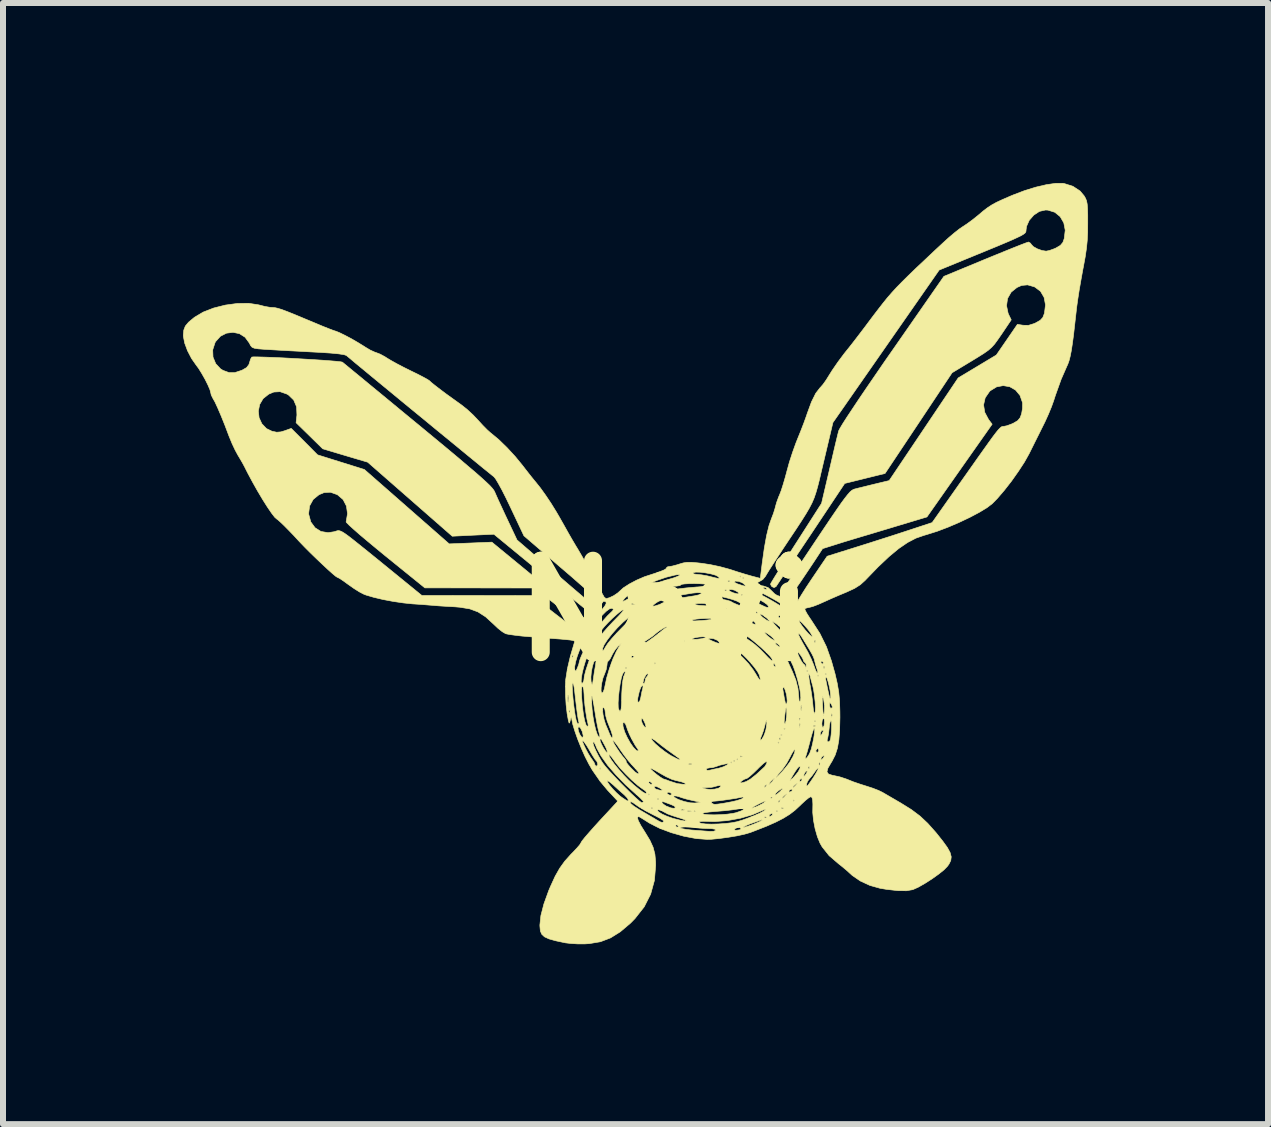
<source format=kicad_pcb>
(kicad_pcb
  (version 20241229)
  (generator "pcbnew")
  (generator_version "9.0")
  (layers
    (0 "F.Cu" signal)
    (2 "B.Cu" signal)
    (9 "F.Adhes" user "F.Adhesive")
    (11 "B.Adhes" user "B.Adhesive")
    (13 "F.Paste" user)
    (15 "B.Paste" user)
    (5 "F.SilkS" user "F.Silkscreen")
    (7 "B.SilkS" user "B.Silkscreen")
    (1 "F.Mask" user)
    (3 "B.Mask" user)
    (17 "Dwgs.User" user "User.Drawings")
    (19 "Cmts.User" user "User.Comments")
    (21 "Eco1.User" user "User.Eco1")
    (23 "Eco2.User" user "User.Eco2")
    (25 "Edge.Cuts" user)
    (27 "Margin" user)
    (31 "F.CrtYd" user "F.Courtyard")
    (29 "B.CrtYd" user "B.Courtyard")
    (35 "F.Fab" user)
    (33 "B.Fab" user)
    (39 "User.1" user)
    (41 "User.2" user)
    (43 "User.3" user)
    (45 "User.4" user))
  (footprint "Navi"
    (layer "F.Cu")
    (at 8.031 7.13)
    (property "Reference" "Navi" (at 0 0 0) (layer "F.SilkS") (effects (font (size 1.524 1.524) (thickness 0.3))))
    (attr through_hole)
    (fp_poly (pts (xy 6.653 -7.122) (xy 6.801 -7.075) (xy 6.921 -6.996) (xy 6.988 -6.916) (xy 7.012 -6.874) (xy 7.029 -6.831) (xy 7.039 -6.778) (xy 7.045 -6.704) (xy 7.048 -6.598) (xy 7.048 -6.464) (xy 7.047 -6.309) (xy 7.04 -6.173) (xy 7.027 -6.042) (xy 7.006 -5.899) (xy 6.974 -5.725) (xy 6.967 -5.69) (xy 6.937 -5.524) (xy 6.907 -5.352) (xy 6.882 -5.19) (xy 6.863 -5.054) (xy 6.858 -5.008) (xy 6.832 -4.778) (xy 6.811 -4.592) (xy 6.791 -4.444) (xy 6.773 -4.328) (xy 6.755 -4.238) (xy 6.737 -4.168) (xy 6.717 -4.112) (xy 6.7 -4.075) (xy 6.605 -3.858) (xy 6.509 -3.59) (xy 6.48 -3.5) (xy 6.444 -3.4) (xy 6.393 -3.276) (xy 6.335 -3.148) (xy 6.308 -3.094) (xy 6.241 -2.959) (xy 6.164 -2.805) (xy 6.092 -2.66) (xy 6.07 -2.616) (xy 5.994 -2.48) (xy 5.893 -2.325) (xy 5.778 -2.162) (xy 5.657 -2.007) (xy 5.542 -1.873) (xy 5.458 -1.787) (xy 5.368 -1.718) (xy 5.239 -1.64) (xy 5.082 -1.557) (xy 4.907 -1.474) (xy 4.723 -1.395) (xy 4.541 -1.326) (xy 4.37 -1.272) (xy 4.318 -1.257) (xy 4.185 -1.211) (xy 4.047 -1.139) (xy 3.899 -1.038) (xy 3.737 -0.904) (xy 3.557 -0.734) (xy 3.355 -0.525) (xy 3.337 -0.506) (xy 3.257 -0.434) (xy 3.161 -0.373) (xy 3.033 -0.314) (xy 3.019 -0.308) (xy 2.899 -0.258) (xy 2.774 -0.204) (xy 2.668 -0.156) (xy 2.652 -0.149) (xy 2.56 -0.108) (xy 2.477 -0.076) (xy 2.425 -0.061) (xy 2.366 -0.048) (xy 2.333 -0.036) (xy 2.338 -0.011) (xy 2.367 0.044) (xy 2.415 0.119) (xy 2.438 0.152) (xy 2.583 0.376) (xy 2.693 0.599) (xy 2.779 0.843) (xy 2.782 0.856) (xy 2.836 1.048) (xy 2.873 1.209) (xy 2.898 1.356) (xy 2.912 1.505) (xy 2.917 1.674) (xy 2.918 1.777) (xy 2.913 1.986) (xy 2.9 2.154) (xy 2.876 2.29) (xy 2.839 2.404) (xy 2.787 2.506) (xy 2.767 2.538) (xy 2.716 2.626) (xy 2.702 2.684) (xy 2.727 2.721) (xy 2.793 2.742) (xy 2.82 2.747) (xy 2.916 2.768) (xy 3.02 2.802) (xy 3.053 2.815) (xy 3.14 2.85) (xy 3.251 2.888) (xy 3.358 2.922) (xy 3.463 2.956) (xy 3.561 2.994) (xy 3.631 3.028) (xy 3.632 3.029) (xy 3.694 3.065) (xy 3.785 3.118) (xy 3.888 3.178) (xy 3.931 3.203) (xy 4.108 3.313) (xy 4.252 3.421) (xy 4.381 3.542) (xy 4.511 3.688) (xy 4.523 3.702) (xy 4.632 3.839) (xy 4.709 3.946) (xy 4.755 4.031) (xy 4.773 4.101) (xy 4.765 4.163) (xy 4.734 4.225) (xy 4.71 4.258) (xy 4.653 4.317) (xy 4.562 4.39) (xy 4.453 4.468) (xy 4.337 4.542) (xy 4.229 4.604) (xy 4.141 4.644) (xy 4.13 4.648) (xy 4.025 4.666) (xy 3.881 4.664) (xy 3.695 4.643) (xy 3.583 4.624) (xy 3.417 4.577) (xy 3.257 4.503) (xy 3.122 4.41) (xy 3.097 4.387) (xy 3.023 4.32) (xy 2.935 4.247) (xy 2.896 4.217) (xy 2.738 4.081) (xy 2.622 3.935) (xy 2.587 3.874) (xy 2.543 3.767) (xy 2.504 3.631) (xy 2.477 3.49) (xy 2.465 3.364) (xy 2.465 3.34) (xy 2.467 3.223) (xy 2.463 3.15) (xy 2.452 3.111) (xy 2.432 3.099) (xy 2.431 3.099) (xy 2.399 3.116) (xy 2.343 3.161) (xy 2.273 3.226) (xy 2.253 3.246) (xy 2.169 3.324) (xy 2.079 3.393) (xy 1.974 3.458) (xy 1.847 3.523) (xy 1.69 3.592) (xy 1.493 3.669) (xy 1.422 3.696) (xy 1.329 3.723) (xy 1.202 3.751) (xy 1.056 3.775) (xy 0.909 3.795) (xy 0.777 3.808) (xy 0.705 3.81) (xy 0.521 3.796) (xy 0.316 3.757) (xy 0.107 3.698) (xy -0.089 3.624) (xy -0.097 3.62) (xy 0.256 3.62) (xy 0.291 3.632) (xy 0.357 3.644) (xy 0.448 3.654) (xy 0.475 3.656) (xy 0.582 3.664) (xy 0.68 3.672) (xy 0.749 3.677) (xy 0.751 3.677) (xy 0.813 3.675) (xy 0.849 3.66) (xy 0.85 3.658) (xy 0.845 3.65) (xy 1.151 3.65) (xy 1.178 3.657) (xy 1.2 3.657) (xy 1.251 3.65) (xy 1.27 3.632) (xy 1.251 3.61) (xy 1.206 3.614) (xy 1.168 3.632) (xy 1.151 3.65) (xy 0.845 3.65) (xy 0.839 3.641) (xy 0.782 3.631) (xy 0.744 3.63) (xy 0.657 3.627) (xy 0.58 3.622) (xy 0.559 3.62) (xy 0.457 3.61) (xy 0.425 3.607) (xy 1.308 3.607) (xy 1.322 3.609) (xy 1.369 3.596) (xy 1.436 3.573) (xy 1.508 3.545) (xy 1.572 3.517) (xy 1.615 3.495) (xy 1.623 3.489) (xy 1.616 3.483) (xy 1.587 3.491) (xy 1.532 3.512) (xy 1.455 3.539) (xy 1.429 3.548) (xy 1.361 3.576) (xy 1.315 3.6) (xy 1.308 3.607) (xy 0.425 3.607) (xy 0.39 3.605) (xy 0.342 3.603) (xy 0.307 3.604) (xy 0.259 3.61) (xy 0.256 3.62) (xy -0.097 3.62) (xy -0.176 3.58) (xy 0.178 3.58) (xy 0.196 3.606) (xy 0.203 3.607) (xy 0.228 3.598) (xy 0.229 3.596) (xy 0.211 3.574) (xy 0.203 3.569) (xy 0.18 3.571) (xy 0.178 3.58) (xy -0.176 3.58) (xy -0.256 3.539) (xy -0.294 3.515) (xy -0.365 3.47) (xy -0.418 3.438) (xy -0.44 3.429) (xy -0.457 3.445) (xy -0.444 3.494) (xy -0.4 3.579) (xy -0.332 3.688) (xy -0.249 3.825) (xy -0.196 3.941) (xy -0.166 4.055) (xy -0.154 4.182) (xy -0.153 4.242) (xy -0.174 4.495) (xy -0.237 4.723) (xy -0.344 4.934) (xy -0.499 5.131) (xy -0.575 5.208) (xy -0.744 5.351) (xy -0.906 5.452) (xy -1.074 5.516) (xy -1.259 5.547) (xy -1.333 5.552) (xy -1.451 5.552) (xy -1.568 5.545) (xy -1.66 5.534) (xy -1.664 5.533) (xy -1.819 5.5) (xy -1.93 5.469) (xy -2.006 5.434) (xy -2.051 5.392) (xy -2.075 5.337) (xy -2.082 5.263) (xy -2.083 5.237) (xy -2.066 5.079) (xy -2.016 4.886) (xy -1.935 4.662) (xy -1.905 4.592) (xy -1.828 4.424) (xy -1.752 4.29) (xy -1.668 4.173) (xy -1.564 4.057) (xy -1.53 4.023) (xy -1.466 3.955) (xy -1.418 3.899) (xy -1.397 3.865) (xy -1.397 3.863) (xy -1.381 3.837) (xy -1.335 3.779) (xy -1.265 3.698) (xy -1.178 3.6) (xy -1.091 3.504) (xy -0.796 3.186) (xy -0.578 3.186) (xy -0.571 3.211) (xy -0.517 3.256) (xy -0.418 3.32) (xy -0.357 3.355) (xy -0.269 3.407) (xy -0.181 3.458) (xy -0.152 3.476) (xy -0.084 3.515) (xy -0.044 3.529) (xy -0.039 3.526) (xy 0.569 3.526) (xy 0.57 3.528) (xy 0.605 3.543) (xy 0.678 3.553) (xy 0.778 3.556) (xy 0.893 3.553) (xy 1.01 3.545) (xy 1.12 3.532) (xy 1.201 3.516) (xy 1.289 3.49) (xy 1.388 3.454) (xy 1.43 3.437) (xy 1.659 3.437) (xy 1.663 3.453) (xy 1.676 3.454) (xy 1.697 3.445) (xy 1.693 3.437) (xy 1.663 3.434) (xy 1.659 3.437) (xy 1.43 3.437) (xy 1.487 3.415) (xy 1.513 3.404) (xy 1.74 3.404) (xy 1.741 3.427) (xy 1.75 3.429) (xy 1.786 3.41) (xy 1.791 3.404) (xy 1.79 3.38) (xy 1.781 3.378) (xy 1.745 3.397) (xy 1.74 3.404) (xy 1.513 3.404) (xy 1.576 3.376) (xy 1.642 3.342) (xy 1.646 3.34) (xy 1.854 3.34) (xy 1.867 3.353) (xy 1.88 3.34) (xy 1.867 3.327) (xy 1.854 3.34) (xy 1.646 3.34) (xy 1.675 3.319) (xy 1.676 3.315) (xy 1.658 3.313) (xy 1.632 3.324) (xy 1.459 3.399) (xy 1.255 3.458) (xy 1.039 3.497) (xy 0.83 3.513) (xy 0.738 3.511) (xy 0.636 3.508) (xy 0.581 3.513) (xy 0.569 3.526) (xy -0.039 3.526) (xy -0.022 3.519) (xy -0.016 3.511) (xy -0.031 3.491) (xy -0.081 3.458) (xy -0.157 3.418) (xy -0.161 3.417) (xy -0.304 3.343) (xy -0.339 3.323) (xy -0.127 3.323) (xy -0.104 3.352) (xy -0.045 3.389) (xy 0.041 3.427) (xy 0.139 3.461) (xy 0.156 3.465) (xy 0.263 3.492) (xy 0.327 3.503) (xy 0.354 3.499) (xy 0.356 3.494) (xy 0.333 3.482) (xy 0.275 3.462) (xy 0.21 3.442) (xy 0.121 3.413) (xy 0.046 3.385) (xy 0.035 3.379) (xy 0.623 3.379) (xy 0.656 3.392) (xy 0.727 3.399) (xy 0.822 3.401) (xy 0.93 3.398) (xy 1.038 3.39) (xy 1.133 3.377) (xy 1.188 3.365) (xy 1.273 3.335) (xy 1.314 3.312) (xy 1.308 3.298) (xy 1.257 3.298) (xy 1.2 3.306) (xy 1.118 3.318) (xy 1.006 3.331) (xy 0.884 3.341) (xy 0.845 3.344) (xy 0.745 3.353) (xy 0.669 3.363) (xy 0.627 3.374) (xy 0.623 3.379) (xy 0.035 3.379) (xy 0.013 3.368) (xy -0.029 3.345) (xy 0.371 3.345) (xy 0.406 3.349) (xy 0.442 3.345) (xy 0.44 3.34) (xy 0.483 3.34) (xy 0.495 3.353) (xy 0.508 3.34) (xy 0.495 3.327) (xy 0.483 3.34) (xy 0.44 3.34) (xy 0.438 3.336) (xy 0.386 3.333) (xy 0.375 3.336) (xy 0.371 3.345) (xy -0.029 3.345) (xy -0.055 3.331) (xy -0.086 3.321) (xy 0.265 3.321) (xy 0.29 3.325) (xy 0.323 3.321) (xy 0.323 3.312) (xy 0.289 3.306) (xy 0.275 3.31) (xy 0.265 3.321) (xy -0.086 3.321) (xy -0.106 3.315) (xy -0.127 3.322) (xy -0.127 3.323) (xy -0.339 3.323) (xy -0.396 3.289) (xy -0.229 3.289) (xy -0.216 3.302) (xy -0.203 3.289) (xy -0.216 3.277) (xy -0.229 3.289) (xy -0.396 3.289) (xy -0.43 3.269) (xy -0.525 3.202) (xy -0.529 3.198) (xy -0.565 3.182) (xy -0.578 3.186) (xy -0.796 3.186) (xy -0.784 3.173) (xy -0.957 2.988) (xy -1.085 2.834) (xy -1.086 2.831) (xy -0.96 2.831) (xy -0.954 2.858) (xy -0.92 2.908) (xy -0.868 2.97) (xy -0.806 3.034) (xy -0.746 3.088) (xy -0.714 3.112) (xy -0.652 3.153) (xy -0.621 3.17) (xy -0.611 3.167) (xy -0.61 3.15) (xy -0.627 3.119) (xy -0.671 3.072) (xy -0.69 3.055) (xy -0.763 2.991) (xy -0.841 2.92) (xy -0.86 2.902) (xy -0.914 2.857) (xy -0.952 2.832) (xy -0.96 2.831) (xy -1.086 2.831) (xy -1.207 2.657) (xy -1.223 2.629) (xy -1.092 2.629) (xy -1.079 2.642) (xy -1.067 2.629) (xy -1.079 2.616) (xy -1.092 2.629) (xy -1.223 2.629) (xy -1.265 2.557) (xy -1.329 2.432) (xy -1.392 2.291) (xy -1.437 2.179) (xy -1.373 2.179) (xy -1.354 2.229) (xy -1.321 2.298) (xy -1.281 2.373) (xy -1.24 2.441) (xy -1.205 2.49) (xy -1.204 2.491) (xy -1.175 2.537) (xy -1.168 2.561) (xy -1.151 2.589) (xy -1.143 2.591) (xy -1.12 2.57) (xy -1.118 2.554) (xy -1.132 2.512) (xy -1.141 2.503) (xy -1.164 2.475) (xy -1.203 2.415) (xy -1.25 2.335) (xy -1.256 2.324) (xy -1.304 2.244) (xy -1.332 2.204) (xy -1.199 2.204) (xy -1.183 2.257) (xy -1.15 2.332) (xy -1.107 2.418) (xy -1.057 2.504) (xy -1.033 2.54) (xy -0.992 2.594) (xy -0.926 2.67) (xy -0.843 2.759) (xy -0.75 2.857) (xy -0.654 2.954) (xy -0.563 3.044) (xy -0.483 3.119) (xy -0.421 3.174) (xy -0.385 3.199) (xy -0.381 3.2) (xy -0.372 3.195) (xy -0.05 3.195) (xy -0.026 3.223) (xy 0.022 3.255) (xy 0.026 3.256) (xy 0.1 3.285) (xy 0.155 3.293) (xy 0.161 3.288) (xy 1.448 3.288) (xy 1.467 3.288) (xy 1.474 3.285) (xy 1.939 3.285) (xy 1.942 3.3) (xy 1.956 3.302) (xy 1.977 3.293) (xy 1.973 3.285) (xy 1.943 3.282) (xy 1.939 3.285) (xy 1.474 3.285) (xy 1.516 3.269) (xy 1.577 3.24) (xy 1.637 3.209) (xy 1.651 3.199) (xy 1.886 3.199) (xy 1.889 3.2) (xy 1.912 3.183) (xy 1.918 3.175) (xy 1.921 3.162) (xy 2.134 3.162) (xy 2.146 3.175) (xy 2.159 3.162) (xy 2.146 3.15) (xy 2.134 3.162) (xy 1.921 3.162) (xy 1.924 3.151) (xy 1.921 3.15) (xy 1.898 3.167) (xy 1.892 3.175) (xy 1.886 3.199) (xy 1.651 3.199) (xy 1.678 3.181) (xy 1.685 3.176) (xy 1.681 3.169) (xy 1.641 3.183) (xy 1.581 3.211) (xy 1.51 3.248) (xy 1.462 3.277) (xy 1.448 3.288) (xy 0.161 3.288) (xy 0.178 3.277) (xy 0.178 3.275) (xy 0.157 3.254) (xy 0.108 3.231) (xy 0.04 3.206) (xy -0.006 3.188) (xy -0.045 3.18) (xy -0.05 3.195) (xy -0.372 3.195) (xy -0.356 3.186) (xy -0.356 3.181) (xy -0.374 3.156) (xy -0.393 3.137) (xy -0.127 3.137) (xy -0.114 3.15) (xy -0.102 3.137) (xy -0.114 3.124) (xy -0.127 3.137) (xy -0.393 3.137) (xy -0.421 3.11) (xy -0.434 3.098) (xy 0.146 3.098) (xy 0.155 3.107) (xy 0.224 3.145) (xy 0.321 3.178) (xy 0.42 3.2) (xy 0.499 3.204) (xy 0.501 3.204) (xy 0.597 3.192) (xy 0.567 3.185) (xy 0.775 3.185) (xy 0.78 3.206) (xy 0.813 3.223) (xy 0.835 3.226) (xy 0.883 3.222) (xy 0.962 3.211) (xy 1.03 3.199) (xy 1.118 3.182) (xy 1.188 3.166) (xy 1.219 3.157) (xy 1.263 3.142) (xy 1.274 3.139) (xy 1.305 3.121) (xy 1.312 3.114) (xy 1.309 3.107) (xy 1.761 3.107) (xy 1.765 3.122) (xy 1.778 3.124) (xy 1.799 3.115) (xy 1.795 3.107) (xy 1.795 3.107) (xy 1.961 3.107) (xy 1.961 3.124) (xy 1.965 3.124) (xy 1.987 3.107) (xy 2.01 3.08) (xy 2.032 3.05) (xy 2.019 3.056) (xy 2 3.07) (xy 1.961 3.107) (xy 1.795 3.107) (xy 1.765 3.104) (xy 1.761 3.107) (xy 1.309 3.107) (xy 1.307 3.103) (xy 1.263 3.109) (xy 1.257 3.111) (xy 1.188 3.125) (xy 1.09 3.14) (xy 0.982 3.156) (xy 0.883 3.168) (xy 0.813 3.174) (xy 0.805 3.174) (xy 0.775 3.185) (xy 0.567 3.185) (xy 0.457 3.161) (xy 0.364 3.139) (xy 0.279 3.114) (xy 0.244 3.101) (xy 0.192 3.087) (xy 0.155 3.086) (xy 0.146 3.098) (xy -0.434 3.098) (xy -0.476 3.061) (xy -0.279 3.061) (xy -0.267 3.073) (xy -0.254 3.061) (xy -0.267 3.048) (xy -0.279 3.061) (xy -0.476 3.061) (xy -0.654 2.9) (xy -0.814 2.736) (xy -0.952 2.576) (xy -1.06 2.425) (xy -1.076 2.397) (xy -0.932 2.397) (xy -0.928 2.426) (xy -0.894 2.483) (xy -0.839 2.559) (xy -0.767 2.646) (xy -0.687 2.737) (xy -0.605 2.822) (xy -0.528 2.893) (xy -0.528 2.894) (xy -0.43 2.975) (xy -0.364 3.024) (xy -0.324 3.045) (xy -0.307 3.04) (xy -0.306 3.035) (xy 0.035 3.035) (xy 0.038 3.048) (xy 0.075 3.071) (xy 0.092 3.073) (xy 0.113 3.062) (xy 1.835 3.062) (xy 1.839 3.073) (xy 1.867 3.057) (xy 1.914 3.018) (xy 1.925 3.007) (xy 1.935 2.997) (xy 2.07 2.997) (xy 2.071 3.021) (xy 2.08 3.023) (xy 2.116 3.004) (xy 2.121 2.997) (xy 2.12 2.974) (xy 2.111 2.972) (xy 2.075 2.99) (xy 2.07 2.997) (xy 1.935 2.997) (xy 1.964 2.968) (xy 1.965 2.958) (xy 1.941 2.968) (xy 1.897 2.997) (xy 1.857 3.033) (xy 1.835 3.062) (xy 0.113 3.062) (xy 0.117 3.061) (xy 0.114 3.048) (xy 0.078 3.025) (xy 0.061 3.023) (xy 0.035 3.035) (xy -0.306 3.035) (xy -0.305 3.028) (xy -0.324 3.002) (xy -0.372 2.968) (xy -0.375 2.966) (xy -0.404 2.945) (xy -0.178 2.945) (xy -0.155 2.97) (xy -0.095 2.988) (xy -0.051 2.993) (xy -0.042 2.985) (xy -0.073 2.961) (xy -0.076 2.959) (xy -0.092 2.951) (xy 0.622 2.951) (xy 0.686 2.969) (xy 0.756 2.978) (xy 0.833 2.972) (xy 0.898 2.955) (xy 0.913 2.945) (xy 1.657 2.945) (xy 1.661 2.946) (xy 1.673 2.937) (xy 2.134 2.937) (xy 2.146 2.944) (xy 2.18 2.912) (xy 2.188 2.902) (xy 2.197 2.889) (xy 2.361 2.889) (xy 2.364 2.918) (xy 2.371 2.921) (xy 2.389 2.902) (xy 2.426 2.851) (xy 2.475 2.779) (xy 2.475 2.779) (xy 2.52 2.706) (xy 2.55 2.65) (xy 2.557 2.624) (xy 2.557 2.624) (xy 2.536 2.635) (xy 2.504 2.676) (xy 2.499 2.684) (xy 2.452 2.75) (xy 2.408 2.801) (xy 2.378 2.844) (xy 2.361 2.889) (xy 2.197 2.889) (xy 2.21 2.872) (xy 2.196 2.878) (xy 2.178 2.892) (xy 2.143 2.924) (xy 2.134 2.937) (xy 1.673 2.937) (xy 1.684 2.929) (xy 1.689 2.921) (xy 1.696 2.897) (xy 1.692 2.896) (xy 1.732 2.896) (xy 1.757 2.879) (xy 1.791 2.845) (xy 1.799 2.834) (xy 2.083 2.834) (xy 2.098 2.823) (xy 2.102 2.819) (xy 2.248 2.819) (xy 2.25 2.843) (xy 2.259 2.845) (xy 2.285 2.826) (xy 2.286 2.819) (xy 2.277 2.795) (xy 2.275 2.794) (xy 2.253 2.812) (xy 2.248 2.819) (xy 2.102 2.819) (xy 2.137 2.784) (xy 2.164 2.754) (xy 2.312 2.754) (xy 2.324 2.756) (xy 2.347 2.729) (xy 2.371 2.687) (xy 2.371 2.668) (xy 2.351 2.675) (xy 2.327 2.709) (xy 2.312 2.748) (xy 2.312 2.754) (xy 2.164 2.754) (xy 2.174 2.744) (xy 2.224 2.68) (xy 2.253 2.624) (xy 2.254 2.616) (xy 2.388 2.616) (xy 2.397 2.637) (xy 2.405 2.633) (xy 2.408 2.603) (xy 2.405 2.599) (xy 2.389 2.603) (xy 2.388 2.616) (xy 2.254 2.616) (xy 2.256 2.6) (xy 2.241 2.591) (xy 2.208 2.626) (xy 2.165 2.69) (xy 2.122 2.761) (xy 2.092 2.814) (xy 2.083 2.834) (xy 1.799 2.834) (xy 1.82 2.808) (xy 1.824 2.794) (xy 1.799 2.811) (xy 1.765 2.845) (xy 1.736 2.882) (xy 1.732 2.896) (xy 1.692 2.896) (xy 1.669 2.913) (xy 1.664 2.921) (xy 1.657 2.945) (xy 0.913 2.945) (xy 0.932 2.93) (xy 0.933 2.929) (xy 0.927 2.911) (xy 0.885 2.915) (xy 0.862 2.921) (xy 0.802 2.937) (xy 0.767 2.943) (xy 0.765 2.942) (xy 0.73 2.943) (xy 0.686 2.946) (xy 0.622 2.951) (xy -0.092 2.951) (xy -0.141 2.927) (xy -0.172 2.927) (xy -0.178 2.945) (xy -0.404 2.945) (xy -0.452 2.909) (xy -0.507 2.86) (xy -0.271 2.86) (xy -0.267 2.87) (xy -0.233 2.895) (xy -0.226 2.896) (xy -0.212 2.88) (xy -0.216 2.87) (xy -0.25 2.846) (xy -0.257 2.845) (xy -0.271 2.86) (xy -0.507 2.86) (xy -0.548 2.825) (xy -0.649 2.726) (xy -0.744 2.624) (xy -0.819 2.532) (xy -0.837 2.506) (xy -0.883 2.443) (xy -0.918 2.404) (xy -0.932 2.397) (xy -1.076 2.397) (xy -1.134 2.291) (xy -1.156 2.236) (xy -1.178 2.194) (xy -1.194 2.184) (xy -1.199 2.204) (xy -1.332 2.204) (xy -1.345 2.186) (xy -1.37 2.159) (xy -1.373 2.159) (xy -1.373 2.179) (xy -1.437 2.179) (xy -1.45 2.146) (xy -1.453 2.139) (xy -1.081 2.139) (xy -1.079 2.168) (xy -1.057 2.222) (xy -1.025 2.284) (xy -0.991 2.336) (xy -0.965 2.362) (xy -0.962 2.362) (xy -0.959 2.342) (xy -0.977 2.292) (xy -0.996 2.254) (xy -1.031 2.189) (xy -1.048 2.159) (xy -0.866 2.159) (xy -0.865 2.177) (xy -0.841 2.225) (xy -0.8 2.29) (xy -0.752 2.362) (xy -0.702 2.428) (xy -0.677 2.457) (xy -0.647 2.497) (xy -0.644 2.515) (xy -0.644 2.515) (xy -0.639 2.531) (xy -0.606 2.574) (xy -0.568 2.616) (xy -0.499 2.685) (xy -0.453 2.717) (xy -0.432 2.711) (xy -0.432 2.704) (xy -0.448 2.68) (xy -0.49 2.631) (xy -0.498 2.623) (xy -0.244 2.623) (xy -0.232 2.643) (xy -0.192 2.681) (xy -0.137 2.727) (xy -0.079 2.77) (xy -0.033 2.799) (xy -0.017 2.805) (xy 0.028 2.819) (xy 0.076 2.838) (xy 0.207 2.88) (xy 0.305 2.892) (xy 0.345 2.89) (xy 0.339 2.877) (xy 0.331 2.871) (xy 0.326 2.869) (xy 1.258 2.869) (xy 1.263 2.87) (xy 1.307 2.862) (xy 1.358 2.845) (xy 1.427 2.805) (xy 1.462 2.777) (xy 1.854 2.777) (xy 1.868 2.771) (xy 1.905 2.735) (xy 1.955 2.68) (xy 2.009 2.617) (xy 2.058 2.555) (xy 2.061 2.551) (xy 2.567 2.551) (xy 2.572 2.584) (xy 2.581 2.584) (xy 2.587 2.55) (xy 2.583 2.535) (xy 2.571 2.526) (xy 2.567 2.551) (xy 2.061 2.551) (xy 2.091 2.508) (xy 2.104 2.484) (xy 2.599 2.484) (xy 2.601 2.489) (xy 2.622 2.472) (xy 2.642 2.451) (xy 2.657 2.42) (xy 2.647 2.413) (xy 2.617 2.433) (xy 2.607 2.451) (xy 2.599 2.484) (xy 2.104 2.484) (xy 2.118 2.459) (xy 2.339 2.459) (xy 2.349 2.465) (xy 2.373 2.442) (xy 2.403 2.396) (xy 2.417 2.368) (xy 2.428 2.338) (xy 2.515 2.338) (xy 2.534 2.362) (xy 2.54 2.362) (xy 2.562 2.342) (xy 2.565 2.323) (xy 2.553 2.296) (xy 2.54 2.299) (xy 2.516 2.331) (xy 2.515 2.338) (xy 2.428 2.338) (xy 2.44 2.305) (xy 2.461 2.222) (xy 2.47 2.177) (xy 2.705 2.177) (xy 2.73 2.185) (xy 2.753 2.164) (xy 2.764 2.126) (xy 2.772 2.059) (xy 2.778 1.98) (xy 2.779 1.905) (xy 2.777 1.849) (xy 2.769 1.829) (xy 2.755 1.852) (xy 2.743 1.911) (xy 2.738 1.962) (xy 2.728 2.047) (xy 2.715 2.116) (xy 2.707 2.14) (xy 2.705 2.177) (xy 2.47 2.177) (xy 2.48 2.132) (xy 2.492 2.053) (xy 2.591 2.053) (xy 2.595 2.081) (xy 2.613 2.063) (xy 2.616 2.057) (xy 2.638 2.014) (xy 2.641 1.999) (xy 2.626 1.99) (xy 2.616 1.994) (xy 2.594 2.03) (xy 2.591 2.053) (xy 2.492 2.053) (xy 2.493 2.049) (xy 2.498 1.986) (xy 2.492 1.957) (xy 2.49 1.956) (xy 2.477 1.979) (xy 2.456 2.04) (xy 2.431 2.127) (xy 2.422 2.165) (xy 2.395 2.267) (xy 2.371 2.354) (xy 2.354 2.41) (xy 2.35 2.419) (xy 2.339 2.459) (xy 2.118 2.459) (xy 2.132 2.435) (xy 2.16 2.37) (xy 2.171 2.325) (xy 2.165 2.312) (xy 2.145 2.333) (xy 2.112 2.388) (xy 2.083 2.445) (xy 2.031 2.54) (xy 1.968 2.632) (xy 1.937 2.67) (xy 1.889 2.726) (xy 1.859 2.767) (xy 1.854 2.777) (xy 1.462 2.777) (xy 1.526 2.726) (xy 1.652 2.61) (xy 1.667 2.595) (xy 1.697 2.545) (xy 1.702 2.519) (xy 1.686 2.514) (xy 1.641 2.546) (xy 1.569 2.613) (xy 1.547 2.636) (xy 1.474 2.707) (xy 1.412 2.762) (xy 1.371 2.792) (xy 1.363 2.795) (xy 1.329 2.806) (xy 1.29 2.829) (xy 1.261 2.854) (xy 1.258 2.869) (xy 0.326 2.869) (xy 0.282 2.852) (xy 0.209 2.834) (xy 0.191 2.831) (xy 0.117 2.809) (xy 0.023 2.766) (xy -0.072 2.713) (xy -0.151 2.666) (xy -0.192 2.644) (xy 0.686 2.644) (xy 0.707 2.661) (xy 0.752 2.656) (xy 0.828 2.638) (xy 0.898 2.624) (xy 0.973 2.601) (xy 1.029 2.574) (xy 1.057 2.552) (xy 1.048 2.546) (xy 0.995 2.555) (xy 0.991 2.556) (xy 0.918 2.573) (xy 0.861 2.593) (xy 0.859 2.594) (xy 0.8 2.612) (xy 0.751 2.616) (xy 0.702 2.626) (xy 0.686 2.644) (xy -0.192 2.644) (xy -0.211 2.634) (xy -0.242 2.622) (xy -0.244 2.623) (xy -0.498 2.623) (xy -0.535 2.583) (xy -0.556 2.559) (xy 0.392 2.559) (xy 0.417 2.563) (xy 0.45 2.559) (xy 0.45 2.55) (xy 0.416 2.544) (xy 0.402 2.548) (xy 0.392 2.559) (xy -0.556 2.559) (xy -0.584 2.527) (xy 1.092 2.527) (xy 1.105 2.54) (xy 1.118 2.527) (xy 1.105 2.515) (xy 1.092 2.527) (xy -0.584 2.527) (xy -0.604 2.504) (xy -0.606 2.502) (xy 1.143 2.502) (xy 1.156 2.515) (xy 1.168 2.502) (xy 1.156 2.489) (xy 1.143 2.502) (xy -0.606 2.502) (xy -0.681 2.405) (xy -0.742 2.318) (xy -0.794 2.241) (xy -0.838 2.185) (xy -0.864 2.159) (xy -0.866 2.159) (xy -1.048 2.159) (xy -1.055 2.145) (xy -1.06 2.136) (xy -1.08 2.138) (xy -1.081 2.139) (xy -1.453 2.139) (xy -1.499 2.009) (xy -1.513 1.963) (xy -1.448 1.963) (xy -1.438 2.012) (xy -1.415 2.065) (xy -1.388 2.104) (xy -1.366 2.113) (xy -1.365 2.112) (xy -1.361 2.078) (xy -1.375 2.02) (xy -1.377 2.012) (xy -1.406 1.954) (xy -1.431 1.931) (xy -1.446 1.946) (xy -1.448 1.963) (xy -1.513 1.963) (xy -1.535 1.891) (xy -1.552 1.804) (xy -1.552 1.796) (xy -1.557 1.767) (xy -1.566 1.786) (xy -1.574 1.816) (xy -1.587 1.867) (xy -1.596 1.871) (xy -1.607 1.831) (xy -1.608 1.829) (xy -1.629 1.713) (xy -1.633 1.676) (xy -1.6 1.676) (xy -1.591 1.697) (xy -1.583 1.693) (xy -1.58 1.663) (xy -1.583 1.659) (xy -1.598 1.663) (xy -1.6 1.676) (xy -1.633 1.676) (xy -1.646 1.566) (xy -1.652 1.46) (xy -1.619 1.46) (xy -1.617 1.513) (xy -1.611 1.526) (xy -1.608 1.518) (xy -1.603 1.457) (xy -1.608 1.416) (xy -1.614 1.402) (xy -1.619 1.433) (xy -1.619 1.46) (xy -1.652 1.46) (xy -1.655 1.407) (xy -1.657 1.267) (xy -1.544 1.267) (xy -1.54 1.352) (xy -1.531 1.457) (xy -1.519 1.573) (xy -1.503 1.689) (xy -1.494 1.746) (xy -1.478 1.825) (xy -1.459 1.877) (xy -1.445 1.89) (xy -1.43 1.864) (xy -1.432 1.859) (xy -1.441 1.824) (xy -1.454 1.747) (xy -1.469 1.636) (xy -1.485 1.502) (xy -1.502 1.351) (xy -1.504 1.329) (xy -1.39 1.329) (xy -1.387 1.437) (xy -1.385 1.465) (xy -1.372 1.614) (xy -1.355 1.742) (xy -1.334 1.843) (xy -1.312 1.908) (xy -1.291 1.93) (xy -1.277 1.911) (xy -1.28 1.886) (xy -1.298 1.808) (xy -1.316 1.699) (xy -1.332 1.578) (xy -1.337 1.523) (xy -1.221 1.523) (xy -1.213 1.641) (xy -1.198 1.764) (xy -1.177 1.882) (xy -1.152 1.985) (xy -1.126 2.062) (xy -1.101 2.104) (xy -1.091 2.108) (xy -1.083 2.088) (xy -1.094 2.04) (xy -1.095 2.038) (xy -1.109 1.986) (xy -1.128 1.896) (xy -1.149 1.782) (xy -1.168 1.664) (xy -1.038 1.664) (xy -1.03 1.733) (xy -1.013 1.812) (xy -0.989 1.889) (xy -0.981 1.909) (xy -0.946 1.992) (xy -0.914 2.07) (xy -0.889 2.114) (xy -0.872 2.116) (xy -0.87 2.113) (xy -0.874 2.073) (xy -0.895 2.004) (xy -0.924 1.932) (xy -0.949 1.868) (xy -0.699 1.868) (xy -0.698 1.916) (xy -0.695 1.935) (xy -0.67 2.018) (xy -0.628 2.11) (xy -0.578 2.2) (xy -0.525 2.276) (xy -0.478 2.325) (xy -0.451 2.337) (xy -0.44 2.323) (xy -0.451 2.305) (xy -0.494 2.242) (xy -0.543 2.154) (xy -0.557 2.127) (xy -0.229 2.127) (xy -0.209 2.163) (xy -0.158 2.217) (xy -0.086 2.28) (xy -0.004 2.344) (xy 0.077 2.399) (xy 0.116 2.422) (xy 0.192 2.461) (xy 0.233 2.481) (xy 0.25 2.486) (xy 0.254 2.481) (xy 0.254 2.478) (xy 0.253 2.477) (xy 1.194 2.477) (xy 1.206 2.489) (xy 1.219 2.477) (xy 1.206 2.464) (xy 1.194 2.477) (xy 0.253 2.477) (xy 0.235 2.458) (xy 0.186 2.421) (xy 1.253 2.421) (xy 1.257 2.437) (xy 1.27 2.438) (xy 1.291 2.429) (xy 1.287 2.421) (xy 1.257 2.418) (xy 1.253 2.421) (xy 0.186 2.421) (xy 0.185 2.421) (xy 0.133 2.384) (xy 0.042 2.319) (xy -0.059 2.243) (xy -0.108 2.203) (xy -0.116 2.197) (xy 1.88 2.197) (xy 1.892 2.21) (xy 1.905 2.197) (xy 1.892 2.184) (xy 1.88 2.197) (xy -0.116 2.197) (xy -0.17 2.155) (xy -0.188 2.144) (xy 1.589 2.144) (xy 1.597 2.159) (xy 1.619 2.138) (xy 1.622 2.134) (xy 1.905 2.134) (xy 1.914 2.155) (xy 1.922 2.151) (xy 1.925 2.12) (xy 1.922 2.117) (xy 1.907 2.12) (xy 1.905 2.134) (xy 1.622 2.134) (xy 1.649 2.084) (xy 1.655 2.07) (xy 1.93 2.07) (xy 1.943 2.083) (xy 1.956 2.07) (xy 1.943 2.057) (xy 1.93 2.07) (xy 1.655 2.07) (xy 1.661 2.057) (xy 1.687 1.971) (xy 1.687 1.968) (xy 1.981 1.968) (xy 1.994 1.981) (xy 2.007 1.968) (xy 1.994 1.956) (xy 1.981 1.968) (xy 1.687 1.968) (xy 1.696 1.905) (xy 2.239 1.905) (xy 2.243 1.941) (xy 2.252 1.937) (xy 2.254 1.913) (xy 2.472 1.913) (xy 2.476 1.929) (xy 2.489 1.93) (xy 2.51 1.921) (xy 2.506 1.913) (xy 2.476 1.91) (xy 2.472 1.913) (xy 2.254 1.913) (xy 2.255 1.885) (xy 2.255 1.883) (xy 2.616 1.883) (xy 2.623 1.935) (xy 2.638 1.944) (xy 2.654 1.914) (xy 2.661 1.855) (xy 2.656 1.805) (xy 2.641 1.791) (xy 2.64 1.792) (xy 2.623 1.825) (xy 2.616 1.883) (xy 2.255 1.883) (xy 2.252 1.873) (xy 2.243 1.87) (xy 2.239 1.905) (xy 1.696 1.905) (xy 1.699 1.888) (xy 1.699 1.873) (xy 1.697 1.849) (xy 1.989 1.849) (xy 1.992 1.886) (xy 2.005 1.88) (xy 2.018 1.841) (xy 2.489 1.841) (xy 2.502 1.854) (xy 2.515 1.841) (xy 2.502 1.829) (xy 2.489 1.841) (xy 2.018 1.841) (xy 2.021 1.833) (xy 2.024 1.803) (xy 2.235 1.803) (xy 2.244 1.824) (xy 2.252 1.82) (xy 2.255 1.79) (xy 2.252 1.786) (xy 2.237 1.79) (xy 2.235 1.803) (xy 2.024 1.803) (xy 2.03 1.757) (xy 2.032 1.717) (xy 2.03 1.637) (xy 2.025 1.613) (xy 2.266 1.613) (xy 2.268 1.656) (xy 2.276 1.66) (xy 2.277 1.658) (xy 2.282 1.607) (xy 2.278 1.582) (xy 2.27 1.571) (xy 2.266 1.605) (xy 2.266 1.613) (xy 2.025 1.613) (xy 2.024 1.607) (xy 2.016 1.627) (xy 2.005 1.695) (xy 1.996 1.765) (xy 1.989 1.849) (xy 1.697 1.849) (xy 1.696 1.831) (xy 1.689 1.83) (xy 1.676 1.873) (xy 1.665 1.918) (xy 1.641 2.004) (xy 1.614 2.078) (xy 1.603 2.102) (xy 1.589 2.144) (xy -0.188 2.144) (xy -0.214 2.128) (xy -0.229 2.127) (xy -0.557 2.127) (xy -0.59 2.061) (xy -0.623 1.98) (xy -0.634 1.945) (xy -0.654 1.889) (xy -0.68 1.86) (xy -0.699 1.868) (xy -0.949 1.868) (xy -0.96 1.84) (xy -0.963 1.829) (xy -0.393 1.829) (xy -0.373 1.885) (xy -0.348 1.925) (xy -0.321 1.95) (xy -0.314 1.934) (xy -0.328 1.882) (xy -0.338 1.858) (xy -0.364 1.808) (xy -0.385 1.791) (xy -0.387 1.793) (xy -0.393 1.829) (xy -0.963 1.829) (xy -0.984 1.755) (xy -0.991 1.706) (xy -0.999 1.646) (xy -1.02 1.61) (xy -1.035 1.619) (xy -1.038 1.664) (xy -1.168 1.664) (xy -1.168 1.664) (xy -1.186 1.554) (xy -1.19 1.535) (xy -0.779 1.535) (xy -0.777 1.611) (xy -0.773 1.632) (xy -0.753 1.674) (xy -0.737 1.668) (xy -0.726 1.619) (xy -0.721 1.528) (xy -0.721 1.505) (xy -0.721 1.499) (xy -0.456 1.499) (xy -0.447 1.521) (xy -0.435 1.524) (xy -0.417 1.502) (xy -0.401 1.446) (xy -0.397 1.425) (xy -0.383 1.35) (xy -0.368 1.292) (xy -0.368 1.29) (xy 1.966 1.29) (xy 1.967 1.314) (xy 1.976 1.367) (xy 1.989 1.443) (xy 1.994 1.471) (xy 2.009 1.538) (xy 2.025 1.556) (xy 2.033 1.547) (xy 2.039 1.502) (xy 2.033 1.43) (xy 2.026 1.39) (xy 2.006 1.321) (xy 1.987 1.277) (xy 1.978 1.27) (xy 1.966 1.29) (xy -0.368 1.29) (xy -0.366 1.285) (xy -0.364 1.251) (xy -0.375 1.245) (xy -0.396 1.267) (xy -0.419 1.323) (xy -0.429 1.357) (xy -0.45 1.448) (xy -0.456 1.499) (xy -0.721 1.499) (xy -0.718 1.378) (xy -0.711 1.26) (xy -0.704 1.198) (xy -0.365 1.198) (xy -0.354 1.219) (xy -0.335 1.198) (xy -0.33 1.17) (xy -0.319 1.121) (xy -0.305 1.105) (xy -0.28 1.071) (xy -0.279 1.064) (xy -0.289 1.045) (xy -0.311 1.063) (xy -0.338 1.109) (xy -0.352 1.143) (xy -0.365 1.198) (xy -0.704 1.198) (xy -0.7 1.162) (xy -0.687 1.096) (xy -0.677 1.075) (xy -0.663 1.037) (xy -0.661 1.018) (xy -0.672 1.009) (xy -0.696 1.041) (xy -0.704 1.054) (xy -0.724 1.113) (xy -0.743 1.206) (xy -0.76 1.318) (xy -0.773 1.432) (xy -0.779 1.535) (xy -1.19 1.535) (xy -1.202 1.472) (xy -1.213 1.424) (xy -1.219 1.419) (xy -1.22 1.422) (xy -1.221 1.523) (xy -1.337 1.523) (xy -1.343 1.466) (xy -1.346 1.392) (xy -1.35 1.34) (xy -1.063 1.34) (xy -1.05 1.371) (xy -1.046 1.372) (xy -1.025 1.349) (xy -1.006 1.294) (xy -1.003 1.276) (xy -0.97 1.12) (xy -0.922 0.957) (xy -0.92 0.953) (xy -0.66 0.953) (xy -0.648 0.965) (xy -0.635 0.953) (xy -0.648 0.94) (xy -0.66 0.953) (xy -0.92 0.953) (xy -0.893 0.876) (xy -0.178 0.876) (xy -0.165 0.889) (xy -0.152 0.876) (xy -0.165 0.864) (xy -0.178 0.876) (xy -0.893 0.876) (xy -0.866 0.803) (xy -0.852 0.772) (xy -0.559 0.772) (xy -0.547 0.788) (xy -0.516 0.766) (xy -0.473 0.71) (xy -0.465 0.697) (xy -0.452 0.675) (xy 1.216 0.675) (xy 1.223 0.697) (xy 1.26 0.742) (xy 1.313 0.794) (xy 1.393 0.88) (xy 1.47 0.981) (xy 1.505 1.036) (xy 1.554 1.117) (xy 1.583 1.154) (xy 1.593 1.146) (xy 1.581 1.093) (xy 1.572 1.065) (xy 1.545 1.014) (xy 1.496 0.946) (xy 1.46 0.902) (xy 1.81 0.902) (xy 1.815 0.913) (xy 1.839 0.939) (xy 1.844 0.92) (xy 1.838 0.901) (xy 1.819 0.873) (xy 1.81 0.874) (xy 1.81 0.902) (xy 1.46 0.902) (xy 1.433 0.87) (xy 1.365 0.795) (xy 1.3 0.731) (xy 1.248 0.688) (xy 1.218 0.674) (xy 1.216 0.675) (xy -0.452 0.675) (xy -0.435 0.644) (xy -0.427 0.613) (xy -0.431 0.61) (xy -0.458 0.628) (xy -0.497 0.672) (xy -0.535 0.724) (xy -0.557 0.764) (xy -0.559 0.772) (xy -0.852 0.772) (xy -0.807 0.674) (xy -0.769 0.61) (xy -0.73 0.552) (xy -0.381 0.552) (xy -0.365 0.559) (xy -0.345 0.548) (xy 0.214 0.548) (xy 0.231 0.558) (xy 0.282 0.546) (xy 0.29 0.543) (xy 0.323 0.519) (xy 0.329 0.492) (xy 0.31 0.483) (xy 0.275 0.496) (xy 0.24 0.52) (xy 0.214 0.548) (xy -0.345 0.548) (xy -0.338 0.545) (xy -0.283 0.509) (xy -0.231 0.472) (xy 0.452 0.472) (xy 0.478 0.476) (xy 0.54 0.474) (xy 0.615 0.465) (xy 0.626 0.463) (xy 0.729 0.463) (xy 0.731 0.474) (xy 0.776 0.497) (xy 0.8 0.508) (xy 0.87 0.536) (xy 0.91 0.542) (xy 0.914 0.527) (xy 0.878 0.493) (xy 0.813 0.465) (xy 0.763 0.459) (xy 0.729 0.463) (xy 0.626 0.463) (xy 0.666 0.454) (xy 0.678 0.448) (xy 0.671 0.437) (xy 0.63 0.433) (xy 0.571 0.437) (xy 0.512 0.446) (xy 0.47 0.459) (xy 0.452 0.472) (xy -0.231 0.472) (xy -0.219 0.464) (xy -0.142 0.406) (xy -0.113 0.383) (xy 1.276 0.383) (xy 1.293 0.406) (xy 1.336 0.444) (xy 1.403 0.492) (xy 1.436 0.513) (xy 1.508 0.568) (xy 1.591 0.643) (xy 1.651 0.705) (xy 1.723 0.781) (xy 1.771 0.825) (xy 1.794 0.834) (xy 1.788 0.807) (xy 1.786 0.803) (xy 2.036 0.803) (xy 2.045 0.835) (xy 2.072 0.895) (xy 2.116 0.992) (xy 2.121 1.001) (xy 2.183 1.154) (xy 2.219 1.297) (xy 2.234 1.459) (xy 2.235 1.473) (xy 2.24 1.513) (xy 2.254 1.507) (xy 2.259 1.499) (xy 2.266 1.451) (xy 2.26 1.369) (xy 2.248 1.295) (xy 2.215 1.156) (xy 2.192 1.076) (xy 2.398 1.076) (xy 2.405 1.142) (xy 2.419 1.232) (xy 2.425 1.26) (xy 2.444 1.377) (xy 2.46 1.494) (xy 2.469 1.588) (xy 2.469 1.591) (xy 2.477 1.662) (xy 2.489 1.704) (xy 2.499 1.709) (xy 2.507 1.678) (xy 2.51 1.611) (xy 2.505 1.521) (xy 2.504 1.509) (xy 2.5 1.474) (xy 2.624 1.474) (xy 2.628 1.561) (xy 2.628 1.562) (xy 2.635 1.672) (xy 2.641 1.733) (xy 2.648 1.747) (xy 2.649 1.738) (xy 2.771 1.738) (xy 2.775 1.771) (xy 2.784 1.771) (xy 2.79 1.737) (xy 2.786 1.722) (xy 2.775 1.713) (xy 2.771 1.738) (xy 2.649 1.738) (xy 2.654 1.715) (xy 2.66 1.66) (xy 2.66 1.568) (xy 2.744 1.568) (xy 2.753 1.613) (xy 2.769 1.626) (xy 2.793 1.611) (xy 2.794 1.607) (xy 2.781 1.571) (xy 2.769 1.549) (xy 2.75 1.529) (xy 2.744 1.555) (xy 2.744 1.568) (xy 2.66 1.568) (xy 2.66 1.568) (xy 2.647 1.48) (xy 2.644 1.469) (xy 2.631 1.432) (xy 2.624 1.432) (xy 2.624 1.474) (xy 2.5 1.474) (xy 2.493 1.406) (xy 2.479 1.314) (xy 2.465 1.252) (xy 2.465 1.252) (xy 2.442 1.17) (xy 2.428 1.114) (xy 2.679 1.114) (xy 2.68 1.137) (xy 2.709 1.284) (xy 2.731 1.386) (xy 2.746 1.447) (xy 2.757 1.472) (xy 2.763 1.465) (xy 2.764 1.463) (xy 2.764 1.412) (xy 2.755 1.333) (xy 2.742 1.265) (xy 2.722 1.184) (xy 2.703 1.125) (xy 2.691 1.104) (xy 2.679 1.114) (xy 2.428 1.114) (xy 2.427 1.108) (xy 2.418 1.079) (xy 2.54 1.079) (xy 2.553 1.092) (xy 2.565 1.079) (xy 2.553 1.067) (xy 2.54 1.079) (xy 2.418 1.079) (xy 2.412 1.061) (xy 2.406 1.054) (xy 2.667 1.054) (xy 2.68 1.067) (xy 2.692 1.054) (xy 2.68 1.041) (xy 2.667 1.054) (xy 2.406 1.054) (xy 2.399 1.047) (xy 2.399 1.047) (xy 2.398 1.076) (xy 2.192 1.076) (xy 2.177 1.027) (xy 2.169 1.003) (xy 2.362 1.003) (xy 2.375 1.016) (xy 2.388 1.003) (xy 2.375 0.991) (xy 2.362 1.003) (xy 2.169 1.003) (xy 2.138 0.918) (xy 2.1 0.837) (xy 2.066 0.793) (xy 2.053 0.787) (xy 2.039 0.79) (xy 2.036 0.803) (xy 1.786 0.803) (xy 1.78 0.792) (xy 1.747 0.75) (xy 1.689 0.691) (xy 2.21 0.691) (xy 2.221 0.73) (xy 2.247 0.787) (xy 2.278 0.844) (xy 2.306 0.883) (xy 2.316 0.889) (xy 2.335 0.91) (xy 2.34 0.933) (xy 2.344 0.96) (xy 2.353 0.939) (xy 2.355 0.928) (xy 2.354 0.884) (xy 2.34 0.869) (xy 2.312 0.839) (xy 2.311 0.83) (xy 2.299 0.798) (xy 2.273 0.754) (xy 2.242 0.713) (xy 2.218 0.689) (xy 2.21 0.691) (xy 1.689 0.691) (xy 1.685 0.687) (xy 1.605 0.612) (xy 1.53 0.547) (xy 1.84 0.547) (xy 1.865 0.572) (xy 1.913 0.604) (xy 1.927 0.603) (xy 1.905 0.572) (xy 1.865 0.54) (xy 1.845 0.534) (xy 1.84 0.547) (xy 1.53 0.547) (xy 1.517 0.536) (xy 1.435 0.469) (xy 1.367 0.419) (xy 1.344 0.405) (xy 1.292 0.381) (xy 1.276 0.383) (xy -0.113 0.383) (xy -0.074 0.353) (xy -0.055 0.337) (xy 1.198 0.337) (xy 1.204 0.352) (xy 1.23 0.379) (xy 1.244 0.373) (xy 1.245 0.37) (xy 1.234 0.357) (xy 1.664 0.357) (xy 1.666 0.371) (xy 1.7 0.407) (xy 1.727 0.431) (xy 1.782 0.472) (xy 1.82 0.492) (xy 1.828 0.492) (xy 1.818 0.47) (xy 1.779 0.431) (xy 1.764 0.419) (xy 1.709 0.379) (xy 1.669 0.358) (xy 1.664 0.357) (xy 1.234 0.357) (xy 1.227 0.348) (xy 1.215 0.34) (xy 1.198 0.337) (xy -0.055 0.337) (xy -0.04 0.324) (xy 0.006 0.29) (xy 0.034 0.279) (xy 0.047 0.269) (xy 0.044 0.264) (xy 0.016 0.268) (xy -0.036 0.296) (xy -0.099 0.338) (xy -0.159 0.385) (xy -0.171 0.397) (xy -0.212 0.429) (xy -0.274 0.471) (xy -0.291 0.482) (xy -0.358 0.527) (xy -0.381 0.552) (xy -0.73 0.552) (xy -0.726 0.546) (xy -0.782 0.594) (xy -0.829 0.65) (xy -0.874 0.724) (xy -0.881 0.74) (xy -0.912 0.801) (xy -0.938 0.835) (xy -0.945 0.838) (xy -0.96 0.86) (xy -0.965 0.908) (xy -0.978 0.981) (xy -1.005 1.054) (xy -1.032 1.121) (xy -1.051 1.201) (xy -1.062 1.279) (xy -1.063 1.34) (xy -1.35 1.34) (xy -1.351 1.318) (xy -1.365 1.267) (xy -1.373 1.257) (xy -1.385 1.269) (xy -1.39 1.329) (xy -1.504 1.329) (xy -1.509 1.289) (xy -1.52 1.231) (xy -1.536 1.2) (xy -1.543 1.214) (xy -1.544 1.267) (xy -1.657 1.267) (xy -1.658 1.257) (xy -1.654 1.181) (xy -1.395 1.181) (xy -1.385 1.209) (xy -1.372 1.206) (xy -1.352 1.172) (xy -1.346 1.128) (xy -1.343 1.105) (xy -1.233 1.105) (xy -1.23 1.174) (xy -1.228 1.185) (xy -1.216 1.223) (xy -1.207 1.223) (xy -1.199 1.182) (xy -1.191 1.13) (xy -1.177 1.031) (xy -1.16 0.933) (xy -1.155 0.904) (xy -1.147 0.839) (xy -1.156 0.82) (xy -1.163 0.822) (xy -1.187 0.859) (xy -1.208 0.93) (xy -1.225 1.018) (xy -1.233 1.105) (xy -1.343 1.105) (xy -1.338 1.074) (xy -1.316 0.99) (xy -1.284 0.893) (xy -1.28 0.882) (xy -1.247 0.786) (xy -1.219 0.704) (xy -1.202 0.651) (xy -1.201 0.648) (xy -1.2 0.645) (xy -1.04 0.645) (xy -1.034 0.667) (xy -1.015 0.647) (xy -0.986 0.597) (xy -0.948 0.54) (xy -0.882 0.46) (xy -0.807 0.377) (xy -0.569 0.377) (xy -0.544 0.373) (xy -0.493 0.344) (xy -0.42 0.29) (xy -0.398 0.272) (xy -0.32 0.21) (xy -0.256 0.166) (xy 0.455 0.166) (xy 0.499 0.169) (xy 0.59 0.164) (xy 0.61 0.163) (xy 0.702 0.154) (xy 0.773 0.145) (xy 0.809 0.138) (xy 0.811 0.137) (xy 0.799 0.129) (xy 0.75 0.126) (xy 0.68 0.127) (xy 0.601 0.131) (xy 0.527 0.138) (xy 0.474 0.147) (xy 0.457 0.153) (xy 0.455 0.166) (xy -0.256 0.166) (xy -0.248 0.16) (xy -0.203 0.134) (xy -0.165 0.113) (xy -0.172 0.104) (xy -0.186 0.103) (xy -0.245 0.118) (xy -0.326 0.158) (xy -0.414 0.215) (xy -0.495 0.279) (xy -0.52 0.304) (xy -0.563 0.355) (xy -0.569 0.377) (xy -0.807 0.377) (xy -0.796 0.365) (xy -0.7 0.267) (xy -0.691 0.258) (xy -0.596 0.162) (xy -0.536 0.096) (xy -0.521 0.076) (xy -0.127 0.076) (xy -0.114 0.081) (xy -0.072 0.072) (xy -0.036 0.061) (xy 1.217 0.061) (xy 1.239 0.087) (xy 1.286 0.122) (xy 1.348 0.16) (xy 1.415 0.195) (xy 1.475 0.219) (xy 1.508 0.226) (xy 1.512 0.213) (xy 1.496 0.187) (xy 1.484 0.178) (xy 1.793 0.178) (xy 1.802 0.194) (xy 1.839 0.239) (xy 1.899 0.303) (xy 1.935 0.339) (xy 2.024 0.426) (xy 2.081 0.476) (xy 2.106 0.488) (xy 2.099 0.462) (xy 2.075 0.423) (xy 2.041 0.382) (xy 2.226 0.382) (xy 2.232 0.408) (xy 2.26 0.467) (xy 2.304 0.547) (xy 2.326 0.585) (xy 2.386 0.692) (xy 2.439 0.802) (xy 2.477 0.894) (xy 2.482 0.908) (xy 2.508 0.981) (xy 2.532 1.03) (xy 2.544 1.041) (xy 2.55 1.021) (xy 2.537 0.973) (xy 2.537 0.972) (xy 2.527 0.94) (xy 2.642 0.94) (xy 2.651 0.961) (xy 2.659 0.957) (xy 2.662 0.927) (xy 2.659 0.923) (xy 2.643 0.926) (xy 2.642 0.94) (xy 2.527 0.94) (xy 2.512 0.897) (xy 2.502 0.854) (xy 2.6 0.854) (xy 2.603 0.864) (xy 2.626 0.888) (xy 2.63 0.889) (xy 2.641 0.869) (xy 2.642 0.864) (xy 2.622 0.839) (xy 2.615 0.838) (xy 2.6 0.854) (xy 2.502 0.854) (xy 2.498 0.841) (xy 2.49 0.806) (xy 2.474 0.765) (xy 2.448 0.713) (xy 2.406 0.64) (xy 2.345 0.54) (xy 2.326 0.508) (xy 2.489 0.508) (xy 2.498 0.529) (xy 2.506 0.525) (xy 2.509 0.495) (xy 2.506 0.491) (xy 2.491 0.495) (xy 2.489 0.508) (xy 2.326 0.508) (xy 2.263 0.407) (xy 2.237 0.381) (xy 2.226 0.382) (xy 2.041 0.382) (xy 2.037 0.378) (xy 1.979 0.32) (xy 1.952 0.296) (xy 2.119 0.296) (xy 2.139 0.324) (xy 2.16 0.33) (xy 2.172 0.312) (xy 2.168 0.292) (xy 2.144 0.267) (xy 2.131 0.269) (xy 2.119 0.296) (xy 1.952 0.296) (xy 1.912 0.261) (xy 1.888 0.241) (xy 2.057 0.241) (xy 2.07 0.254) (xy 2.083 0.241) (xy 2.07 0.229) (xy 2.057 0.241) (xy 1.888 0.241) (xy 1.85 0.211) (xy 1.805 0.182) (xy 1.793 0.178) (xy 1.484 0.178) (xy 1.458 0.158) (xy 1.394 0.12) (xy 1.321 0.084) (xy 1.258 0.058) (xy 1.234 0.052) (xy 1.587 0.052) (xy 1.588 0.066) (xy 1.621 0.101) (xy 1.638 0.115) (xy 1.694 0.155) (xy 1.734 0.176) (xy 1.74 0.177) (xy 1.739 0.163) (xy 1.718 0.141) (xy 1.992 0.141) (xy 2.018 0.166) (xy 2.066 0.198) (xy 2.079 0.197) (xy 2.057 0.165) (xy 2.055 0.163) (xy 2.235 0.163) (xy 2.251 0.2) (xy 2.29 0.257) (xy 2.341 0.322) (xy 2.394 0.382) (xy 2.437 0.422) (xy 2.456 0.432) (xy 2.454 0.414) (xy 2.43 0.372) (xy 2.389 0.315) (xy 2.339 0.256) (xy 2.29 0.203) (xy 2.253 0.169) (xy 2.235 0.162) (xy 2.235 0.163) (xy 2.055 0.163) (xy 2.018 0.133) (xy 1.997 0.128) (xy 1.992 0.141) (xy 1.718 0.141) (xy 1.706 0.128) (xy 1.689 0.114) (xy 1.655 0.089) (xy 1.89 0.089) (xy 1.892 0.102) (xy 1.925 0.126) (xy 1.932 0.127) (xy 1.955 0.108) (xy 1.956 0.102) (xy 1.935 0.079) (xy 1.916 0.076) (xy 1.89 0.089) (xy 1.655 0.089) (xy 1.634 0.073) (xy 1.593 0.053) (xy 1.587 0.052) (xy 1.234 0.052) (xy 1.23 0.051) (xy 1.217 0.061) (xy -0.036 0.061) (xy 0.003 0.049) (xy 0.116 0.01) (xy 0.123 0.007) (xy 1.503 0.007) (xy 1.509 0.021) (xy 1.534 0.049) (xy 1.549 0.043) (xy 1.549 0.04) (xy 1.531 0.018) (xy 1.52 0.01) (xy 1.503 0.007) (xy 0.123 0.007) (xy 0.218 -0.027) (xy 1.422 -0.027) (xy 1.441 -0.001) (xy 1.448 0) (xy 1.473 -0.009) (xy 1.473 -0.011) (xy 1.455 -0.033) (xy 1.448 -0.038) (xy 1.424 -0.036) (xy 1.422 -0.027) (xy 0.218 -0.027) (xy 0.251 -0.039) (xy 0.276 -0.057) (xy 0.275 -0.064) (xy 0.245 -0.064) (xy 0.183 -0.049) (xy 0.102 -0.024) (xy 0.017 0.006) (xy -0.059 0.036) (xy -0.111 0.062) (xy -0.127 0.076) (xy -0.521 0.076) (xy -0.51 0.061) (xy -0.522 0.058) (xy -0.527 0.06) (xy -0.606 0.112) (xy -0.696 0.189) (xy -0.79 0.282) (xy -0.879 0.382) (xy -0.956 0.48) (xy -1.012 0.566) (xy -1.039 0.631) (xy -1.04 0.645) (xy -1.2 0.645) (xy -1.195 0.613) (xy -1.212 0.621) (xy -1.226 0.635) (xy -1.259 0.682) (xy -1.293 0.755) (xy -1.326 0.846) (xy -1.355 0.944) (xy -1.378 1.039) (xy -1.392 1.121) (xy -1.395 1.181) (xy -1.654 1.181) (xy -1.652 1.143) (xy -1.624 0.966) (xy -1.616 0.931) (xy -1.503 0.931) (xy -1.503 0.978) (xy -1.491 1.006) (xy -1.477 0.995) (xy -1.457 0.952) (xy -1.434 0.889) (xy -1.424 0.843) (xy -1.424 0.843) (xy -1.412 0.804) (xy -1.384 0.736) (xy -1.347 0.659) (xy -1.307 0.571) (xy -1.293 0.523) (xy -1.305 0.511) (xy -1.346 0.533) (xy -1.356 0.541) (xy -1.388 0.584) (xy -1.424 0.66) (xy -1.459 0.754) (xy -1.487 0.85) (xy -1.503 0.931) (xy -1.616 0.931) (xy -1.576 0.762) (xy -1.549 0.762) (xy -1.54 0.783) (xy -1.532 0.779) (xy -1.529 0.749) (xy -1.532 0.745) (xy -1.548 0.749) (xy -1.549 0.762) (xy -1.576 0.762) (xy -1.575 0.758) (xy -1.509 0.533) (xy -1.508 0.531) (xy -1.504 0.519) (xy -1.504 0.51) (xy -1.512 0.502) (xy -1.536 0.494) (xy -1.578 0.487) (xy -1.646 0.48) (xy -1.743 0.471) (xy -1.876 0.461) (xy -2.05 0.447) (xy -2.252 0.432) (xy -2.384 0.421) (xy -2.502 0.407) (xy -2.596 0.394) (xy -2.653 0.382) (xy -2.656 0.38) (xy -2.709 0.349) (xy -2.781 0.292) (xy -2.855 0.222) (xy -2.856 0.221) (xy -2.987 0.101) (xy -3.114 0.019) (xy -3.251 -0.032) (xy -3.415 -0.059) (xy -3.497 -0.066) (xy -3.62 -0.073) (xy -3.737 -0.08) (xy -3.831 -0.087) (xy -3.861 -0.09) (xy -3.94 -0.096) (xy -4.05 -0.105) (xy -4.17 -0.113) (xy -4.204 -0.115) (xy -4.357 -0.131) (xy -4.527 -0.156) (xy -4.697 -0.188) (xy -4.853 -0.225) (xy -4.979 -0.262) (xy -5.016 -0.276) (xy -5.088 -0.313) (xy -5.179 -0.37) (xy -5.271 -0.435) (xy -5.276 -0.438) (xy -5.354 -0.495) (xy -5.418 -0.538) (xy -5.457 -0.558) (xy -5.461 -0.559) (xy -5.487 -0.576) (xy -5.542 -0.622) (xy -5.618 -0.69) (xy -5.709 -0.775) (xy -5.807 -0.868) (xy -5.905 -0.963) (xy -5.995 -1.053) (xy -6.072 -1.133) (xy -6.105 -1.168) (xy -6.184 -1.254) (xy -6.268 -1.341) (xy -6.346 -1.42) (xy -6.411 -1.482) (xy -6.454 -1.52) (xy -6.464 -1.526) (xy -6.501 -1.558) (xy -6.555 -1.628) (xy -6.624 -1.729) (xy -6.703 -1.854) (xy -6.787 -1.995) (xy -6.872 -2.146) (xy -6.954 -2.299) (xy -7.005 -2.4) (xy -7.041 -2.467) (xy -7.09 -2.551) (xy -7.116 -2.594) (xy -7.161 -2.677) (xy -7.212 -2.785) (xy -7.259 -2.899) (xy -7.264 -2.911) (xy -7.332 -3.091) (xy -7.396 -3.25) (xy -7.453 -3.383) (xy -7.499 -3.482) (xy -7.531 -3.538) (xy -7.56 -3.596) (xy -7.569 -3.636) (xy -7.582 -3.685) (xy -7.616 -3.764) (xy -7.663 -3.858) (xy -7.718 -3.955) (xy -7.772 -4.042) (xy -7.813 -4.097) (xy -7.889 -4.206) (xy -7.955 -4.333) (xy -7.961 -4.349) (xy -7.536 -4.349) (xy -7.531 -4.229) (xy -7.486 -4.119) (xy -7.405 -4.032) (xy -7.364 -4.007) (xy -7.264 -3.97) (xy -7.167 -3.97) (xy -7.055 -4.007) (xy -7.045 -4.011) (xy -6.97 -4.054) (xy -6.932 -4.105) (xy -6.922 -4.138) (xy -6.904 -4.196) (xy -6.884 -4.229) (xy -6.884 -4.229) (xy -6.853 -4.232) (xy -6.778 -4.231) (xy -6.669 -4.228) (xy -6.532 -4.223) (xy -6.377 -4.216) (xy -6.209 -4.207) (xy -6.038 -4.197) (xy -5.871 -4.187) (xy -5.716 -4.177) (xy -5.581 -4.167) (xy -5.474 -4.158) (xy -5.402 -4.15) (xy -5.374 -4.144) (xy -5.35 -4.124) (xy -5.29 -4.075) (xy -5.198 -3.999) (xy -5.077 -3.9) (xy -4.931 -3.779) (xy -4.762 -3.64) (xy -4.574 -3.485) (xy -4.372 -3.318) (xy -4.157 -3.141) (xy -4.113 -3.105) (xy -3.854 -2.891) (xy -3.632 -2.707) (xy -3.444 -2.55) (xy -3.288 -2.417) (xy -3.159 -2.308) (xy -3.057 -2.218) (xy -2.978 -2.146) (xy -2.919 -2.09) (xy -2.879 -2.046) (xy -2.853 -2.013) (xy -2.839 -1.989) (xy -2.814 -1.932) (xy -2.773 -1.84) (xy -2.719 -1.724) (xy -2.659 -1.594) (xy -2.632 -1.537) (xy -2.464 -1.181) (xy -1.837 -0.639) (xy -1.683 -0.507) (xy -1.54 -0.384) (xy -1.413 -0.276) (xy -1.307 -0.185) (xy -1.225 -0.116) (xy -1.175 -0.074) (xy -1.161 -0.064) (xy -1.129 -0.03) (xy -1.136 0.012) (xy -1.143 0.025) (xy -1.173 0.063) (xy -1.195 0.071) (xy -1.219 0.054) (xy -1.278 0.008) (xy -1.368 -0.064) (xy -1.484 -0.158) (xy -1.623 -0.27) (xy -1.78 -0.398) (xy -1.95 -0.538) (xy -2.034 -0.606) (xy -2.849 -1.276) (xy -3.196 -1.26) (xy -3.543 -1.243) (xy -4.953 -2.477) (xy -5.328 -2.588) (xy -5.702 -2.7) (xy -5.924 -2.918) (xy -6.146 -3.135) (xy -6.132 -3.263) (xy -6.138 -3.4) (xy -6.186 -3.513) (xy -6.273 -3.597) (xy -6.301 -3.613) (xy -6.413 -3.652) (xy -6.518 -3.646) (xy -6.602 -3.611) (xy -6.696 -3.536) (xy -6.753 -3.439) (xy -6.775 -3.329) (xy -6.763 -3.218) (xy -6.717 -3.118) (xy -6.64 -3.037) (xy -6.549 -2.993) (xy -6.469 -2.976) (xy -6.399 -2.982) (xy -6.336 -3.001) (xy -6.227 -3.04) (xy -6.007 -2.82) (xy -5.788 -2.599) (xy -5.398 -2.477) (xy -5.008 -2.355) (xy -3.594 -1.115) (xy -2.883 -1.144) (xy -2.108 -0.507) (xy -1.937 -0.365) (xy -1.777 -0.233) (xy -1.633 -0.114) (xy -1.509 -0.012) (xy -1.41 0.07) (xy -1.341 0.128) (xy -1.305 0.159) (xy -1.302 0.162) (xy -1.282 0.196) (xy -1.302 0.234) (xy -1.316 0.245) (xy -1.339 0.243) (xy -1.376 0.226) (xy -1.431 0.191) (xy -1.511 0.133) (xy -1.62 0.05) (xy -1.753 -0.052) (xy -2.172 -0.38) (xy -4 -0.382) (xy -4.661 -0.917) (xy -4.818 -1.046) (xy -4.961 -1.165) (xy -5.086 -1.27) (xy -5.187 -1.359) (xy -5.261 -1.426) (xy -5.304 -1.469) (xy -5.312 -1.482) (xy -5.289 -1.619) (xy -5.307 -1.746) (xy -5.363 -1.854) (xy -5.453 -1.931) (xy -5.463 -1.937) (xy -5.575 -1.976) (xy -5.68 -1.97) (xy -5.764 -1.935) (xy -5.861 -1.856) (xy -5.921 -1.748) (xy -5.937 -1.624) (xy -5.936 -1.609) (xy -5.901 -1.481) (xy -5.83 -1.384) (xy -5.732 -1.322) (xy -5.613 -1.302) (xy -5.51 -1.318) (xy -5.483 -1.327) (xy -5.46 -1.334) (xy -5.438 -1.337) (xy -5.412 -1.331) (xy -5.378 -1.316) (xy -5.333 -1.288) (xy -5.272 -1.244) (xy -5.191 -1.181) (xy -5.087 -1.098) (xy -4.954 -0.991) (xy -4.79 -0.858) (xy -4.597 -0.701) (xy -4.051 -0.256) (xy -2.22 -0.254) (xy -1.84 0.041) (xy -1.719 0.134) (xy -1.612 0.216) (xy -1.524 0.282) (xy -1.462 0.327) (xy -1.433 0.346) (xy -1.433 0.346) (xy -1.417 0.377) (xy -1.414 0.435) (xy -1.415 0.439) (xy -1.419 0.477) (xy -1.417 0.496) (xy -1.412 0.494) (xy -1.147 0.494) (xy -1.129 0.486) (xy -1.088 0.44) (xy -1.067 0.412) (xy -1.016 0.349) (xy -0.943 0.266) (xy -0.861 0.179) (xy -0.842 0.16) (xy -0.772 0.088) (xy -0.718 0.029) (xy -0.689 -0.007) (xy -0.686 -0.013) (xy -0.702 -0.015) (xy -0.744 0.013) (xy -0.804 0.062) (xy -0.875 0.126) (xy -0.946 0.196) (xy -1.011 0.266) (xy -1.06 0.327) (xy -1.065 0.334) (xy -1.115 0.413) (xy -1.143 0.468) (xy -1.147 0.494) (xy -1.412 0.494) (xy -1.407 0.492) (xy -1.382 0.46) (xy -1.34 0.395) (xy -1.312 0.351) (xy -1.224 0.351) (xy -1.223 0.38) (xy -1.199 0.374) (xy -1.157 0.334) (xy -1.102 0.263) (xy -1.095 0.253) (xy -1.031 0.167) (xy -0.96 0.087) (xy -0.922 0.05) (xy -0.872 0.002) (xy -0.857 -0.025) (xy -0.874 -0.04) (xy -0.88 -0.043) (xy -0.92 -0.034) (xy -0.979 0.009) (xy -1.047 0.077) (xy -1.115 0.16) (xy -1.176 0.249) (xy -1.196 0.286) (xy -1.224 0.351) (xy -1.312 0.351) (xy -1.275 0.293) (xy -1.261 0.271) (xy -1.192 0.169) (xy -1.114 0.063) (xy -1.059 -0.006) (xy -1.003 -0.076) (xy -1.002 -0.077) (xy -0.201 -0.077) (xy -0.166 -0.08) (xy -0.095 -0.103) (xy -0.076 -0.111) (xy 0.501 -0.111) (xy 0.518 -0.1) (xy 0.574 -0.09) (xy 0.659 -0.084) (xy 0.686 -0.083) (xy 0.789 -0.077) (xy 0.879 -0.066) (xy 0.939 -0.054) (xy 0.944 -0.053) (xy 1.005 -0.032) (xy 1.028 -0.031) (xy 1.009 -0.047) (xy 0.965 -0.068) (xy 0.9 -0.089) (xy 0.811 -0.105) (xy 0.713 -0.118) (xy 0.62 -0.124) (xy 0.546 -0.123) (xy 0.504 -0.114) (xy 0.501 -0.111) (xy -0.076 -0.111) (xy -0.067 -0.115) (xy -0.008 -0.145) (xy 0.024 -0.174) (xy 0.025 -0.18) (xy 0.006 -0.194) (xy -0.043 -0.184) (xy -0.11 -0.155) (xy -0.146 -0.133) (xy -0.195 -0.095) (xy -0.201 -0.077) (xy -1.002 -0.077) (xy -0.982 -0.113) (xy -0.559 -0.113) (xy -0.545 -0.102) (xy -0.501 -0.11) (xy -0.422 -0.139) (xy -0.302 -0.189) (xy -0.295 -0.192) (xy -0.287 -0.196) (xy 0.051 -0.196) (xy 0.072 -0.184) (xy 0.121 -0.189) (xy 0.179 -0.2) (xy 0.27 -0.215) (xy 0.376 -0.231) (xy 0.4 -0.235) (xy 0.441 -0.241) (xy 0.787 -0.241) (xy 0.8 -0.229) (xy 0.803 -0.231) (xy 0.838 -0.231) (xy 0.861 -0.215) (xy 0.919 -0.198) (xy 0.959 -0.191) (xy 1.036 -0.176) (xy 1.092 -0.159) (xy 1.106 -0.151) (xy 1.144 -0.13) (xy 1.209 -0.102) (xy 1.281 -0.075) (xy 1.339 -0.057) (xy 1.353 -0.054) (xy 1.371 -0.07) (xy 1.372 -0.076) (xy 1.351 -0.098) (xy 1.329 -0.102) (xy 1.275 -0.118) (xy 1.247 -0.137) (xy 1.202 -0.161) (xy 1.125 -0.189) (xy 1.04 -0.213) (xy 0.941 -0.237) (xy 0.881 -0.249) (xy 0.85 -0.251) (xy 0.84 -0.243) (xy 0.838 -0.231) (xy 0.803 -0.231) (xy 0.813 -0.241) (xy 0.8 -0.254) (xy 0.787 -0.241) (xy 0.441 -0.241) (xy 0.496 -0.25) (xy 0.568 -0.266) (xy 0.569 -0.267) (xy 1.27 -0.267) (xy 1.283 -0.254) (xy 1.288 -0.26) (xy 1.32 -0.26) (xy 1.324 -0.248) (xy 1.347 -0.23) (xy 1.4 -0.201) (xy 1.488 -0.156) (xy 1.511 -0.144) (xy 1.612 -0.094) (xy 1.675 -0.065) (xy 1.71 -0.055) (xy 1.725 -0.061) (xy 1.727 -0.075) (xy 1.706 -0.103) (xy 1.654 -0.141) (xy 1.585 -0.181) (xy 1.517 -0.213) (xy 1.464 -0.228) (xy 1.457 -0.229) (xy 1.4 -0.243) (xy 1.377 -0.259) (xy 1.343 -0.276) (xy 1.33 -0.271) (xy 1.32 -0.26) (xy 1.288 -0.26) (xy 1.295 -0.267) (xy 1.283 -0.279) (xy 1.27 -0.267) (xy 0.569 -0.267) (xy 0.607 -0.281) (xy 0.61 -0.284) (xy 0.594 -0.3) (xy 0.545 -0.303) (xy 0.457 -0.294) (xy 0.325 -0.272) (xy 0.273 -0.263) (xy 0.175 -0.241) (xy 0.098 -0.22) (xy 0.056 -0.202) (xy 0.051 -0.196) (xy -0.287 -0.196) (xy -0.196 -0.236) (xy -0.109 -0.275) (xy -0.05 -0.301) (xy -0.038 -0.307) (xy 0.049 -0.335) (xy 0.115 -0.347) (xy 0.999 -0.347) (xy 1.003 -0.332) (xy 1.016 -0.33) (xy 1.037 -0.339) (xy 1.036 -0.342) (xy 1.067 -0.342) (xy 1.088 -0.323) (xy 1.137 -0.301) (xy 1.193 -0.285) (xy 1.219 -0.282) (xy 1.238 -0.288) (xy 1.215 -0.313) (xy 1.208 -0.318) (xy 1.159 -0.344) (xy 1.107 -0.356) (xy 1.072 -0.351) (xy 1.067 -0.342) (xy 1.036 -0.342) (xy 1.033 -0.347) (xy 1.003 -0.35) (xy 0.999 -0.347) (xy 0.115 -0.347) (xy 0.182 -0.36) (xy 0.355 -0.381) (xy 0.536 -0.397) (xy 0.547 -0.397) (xy 1.38 -0.397) (xy 1.396 -0.382) (xy 1.448 -0.35) (xy 1.527 -0.306) (xy 1.579 -0.279) (xy 1.685 -0.223) (xy 1.784 -0.168) (xy 1.86 -0.123) (xy 1.879 -0.111) (xy 1.947 -0.069) (xy 1.986 -0.053) (xy 1.991 -0.063) (xy 1.958 -0.099) (xy 1.944 -0.112) (xy 1.896 -0.145) (xy 1.821 -0.189) (xy 1.729 -0.24) (xy 1.63 -0.291) (xy 1.535 -0.338) (xy 1.455 -0.374) (xy 1.406 -0.392) (xy 1.636 -0.392) (xy 1.638 -0.381) (xy 1.666 -0.36) (xy 1.695 -0.356) (xy 1.702 -0.366) (xy 1.682 -0.382) (xy 1.662 -0.391) (xy 1.636 -0.392) (xy 1.406 -0.392) (xy 1.399 -0.395) (xy 1.38 -0.397) (xy 0.547 -0.397) (xy 0.651 -0.406) (xy 0.72 -0.414) (xy 0.748 -0.422) (xy 0.739 -0.431) (xy 0.724 -0.436) (xy 0.668 -0.446) (xy 0.588 -0.451) (xy 0.496 -0.454) (xy 0.406 -0.453) (xy 0.329 -0.448) (xy 0.278 -0.441) (xy 0.266 -0.432) (xy 0.251 -0.421) (xy 0.199 -0.412) (xy 0.17 -0.41) (xy 0.089 -0.401) (xy -0.006 -0.38) (xy -0.097 -0.353) (xy -0.169 -0.325) (xy -0.206 -0.299) (xy -0.206 -0.299) (xy -0.234 -0.28) (xy -0.239 -0.28) (xy -0.268 -0.272) (xy -0.326 -0.246) (xy -0.398 -0.209) (xy -0.47 -0.171) (xy -0.528 -0.137) (xy -0.557 -0.115) (xy -0.559 -0.113) (xy -0.982 -0.113) (xy -0.979 -0.119) (xy -0.981 -0.145) (xy -0.992 -0.153) (xy -1.026 -0.16) (xy -1.037 -0.14) (xy -1.051 -0.123) (xy -1.083 -0.146) (xy -1.1 -0.164) (xy -1.105 -0.168) (xy -0.701 -0.168) (xy -0.699 -0.156) (xy -0.664 -0.17) (xy -0.591 -0.211) (xy -0.514 -0.258) (xy -0.35 -0.355) (xy -0.212 -0.426) (xy -0.086 -0.479) (xy -0.018 -0.5) (xy 1.05 -0.5) (xy 1.053 -0.484) (xy 1.067 -0.483) (xy 1.083 -0.49) (xy 1.16 -0.49) (xy 1.163 -0.473) (xy 1.209 -0.449) (xy 1.288 -0.423) (xy 1.341 -0.408) (xy 1.338 -0.423) (xy 1.333 -0.433) (xy 1.292 -0.467) (xy 1.282 -0.471) (xy 1.545 -0.471) (xy 1.548 -0.444) (xy 1.585 -0.422) (xy 1.644 -0.413) (xy 1.721 -0.387) (xy 1.779 -0.333) (xy 1.829 -0.283) (xy 1.873 -0.255) (xy 1.881 -0.254) (xy 1.919 -0.239) (xy 1.981 -0.2) (xy 2.045 -0.152) (xy 2.119 -0.094) (xy 2.161 -0.063) (xy 2.18 -0.056) (xy 2.182 -0.069) (xy 2.179 -0.086) (xy 2.19 -0.117) (xy 2.226 -0.183) (xy 2.283 -0.276) (xy 2.355 -0.39) (xy 2.438 -0.515) (xy 2.705 -0.909) (xy 3.213 -1.068) (xy 3.397 -1.126) (xy 3.594 -1.189) (xy 3.788 -1.251) (xy 3.963 -1.308) (xy 4.088 -1.349) (xy 4.455 -1.47) (xy 4.926 -2.139) (xy 5.082 -2.36) (xy 5.211 -2.543) (xy 5.317 -2.692) (xy 5.401 -2.81) (xy 5.467 -2.901) (xy 5.518 -2.968) (xy 5.556 -3.015) (xy 5.585 -3.045) (xy 5.605 -3.063) (xy 5.622 -3.071) (xy 5.637 -3.073) (xy 5.646 -3.073) (xy 5.7 -3.084) (xy 5.776 -3.112) (xy 5.808 -3.126) (xy 5.881 -3.169) (xy 5.922 -3.219) (xy 5.946 -3.284) (xy 5.961 -3.373) (xy 5.962 -3.459) (xy 5.96 -3.473) (xy 5.919 -3.59) (xy 5.845 -3.679) (xy 5.749 -3.734) (xy 5.64 -3.753) (xy 5.529 -3.732) (xy 5.426 -3.669) (xy 5.412 -3.656) (xy 5.339 -3.55) (xy 5.312 -3.431) (xy 5.332 -3.307) (xy 5.396 -3.187) (xy 5.455 -3.11) (xy 4.911 -2.337) (xy 4.368 -1.564) (xy 3.879 -1.417) (xy 3.717 -1.368) (xy 3.56 -1.321) (xy 3.418 -1.278) (xy 3.303 -1.244) (xy 3.226 -1.221) (xy 3.226 -1.221) (xy 3.12 -1.189) (xy 2.991 -1.15) (xy 2.864 -1.11) (xy 2.845 -1.104) (xy 2.629 -1.036) (xy 2.485 -0.816) (xy 2.374 -0.65) (xy 2.275 -0.503) (xy 2.191 -0.381) (xy 2.125 -0.287) (xy 2.079 -0.227) (xy 2.058 -0.204) (xy 2.057 -0.204) (xy 2.03 -0.218) (xy 1.988 -0.248) (xy 1.93 -0.292) (xy 2.501 -1.148) (xy 2.645 -1.363) (xy 2.764 -1.54) (xy 2.861 -1.682) (xy 2.938 -1.793) (xy 3 -1.877) (xy 3.048 -1.938) (xy 3.085 -1.98) (xy 3.115 -2.006) (xy 3.14 -2.021) (xy 3.155 -2.027) (xy 3.216 -2.043) (xy 3.311 -2.066) (xy 3.424 -2.094) (xy 3.489 -2.11) (xy 3.739 -2.17) (xy 4.889 -3.881) (xy 5.207 -4.072) (xy 5.525 -4.263) (xy 5.701 -4.519) (xy 5.876 -4.774) (xy 5.972 -4.759) (xy 6.062 -4.758) (xy 6.158 -4.788) (xy 6.183 -4.8) (xy 6.257 -4.842) (xy 6.3 -4.889) (xy 6.326 -4.957) (xy 6.327 -4.96) (xy 6.344 -5.099) (xy 6.321 -5.223) (xy 6.261 -5.325) (xy 6.168 -5.395) (xy 6.155 -5.401) (xy 6.046 -5.432) (xy 5.947 -5.423) (xy 5.869 -5.389) (xy 5.772 -5.311) (xy 5.712 -5.206) (xy 5.695 -5.085) (xy 5.721 -4.959) (xy 5.731 -4.936) (xy 5.773 -4.849) (xy 5.611 -4.608) (xy 5.547 -4.516) (xy 5.496 -4.446) (xy 5.446 -4.391) (xy 5.389 -4.341) (xy 5.315 -4.289) (xy 5.213 -4.225) (xy 5.118 -4.167) (xy 4.787 -3.967) (xy 4.229 -3.128) (xy 3.67 -2.289) (xy 3.334 -2.206) (xy 2.998 -2.123) (xy 2.433 -1.274) (xy 2.309 -1.089) (xy 2.193 -0.916) (xy 2.09 -0.76) (xy 2.001 -0.627) (xy 1.931 -0.521) (xy 1.881 -0.446) (xy 1.855 -0.407) (xy 1.852 -0.403) (xy 1.82 -0.387) (xy 1.784 -0.403) (xy 1.763 -0.436) (xy 1.765 -0.454) (xy 1.783 -0.485) (xy 1.824 -0.553) (xy 1.886 -0.653) (xy 1.964 -0.778) (xy 2.057 -0.924) (xy 2.159 -1.084) (xy 2.197 -1.143) (xy 2.612 -1.791) (xy 2.743 -2.349) (xy 2.782 -2.517) (xy 2.818 -2.672) (xy 2.85 -2.807) (xy 2.876 -2.914) (xy 2.893 -2.983) (xy 2.897 -2.999) (xy 2.916 -3.036) (xy 2.961 -3.112) (xy 3.031 -3.222) (xy 3.124 -3.362) (xy 3.235 -3.529) (xy 3.364 -3.719) (xy 3.508 -3.929) (xy 3.663 -4.155) (xy 3.786 -4.331) (xy 4.651 -5.574) (xy 5.342 -5.86) (xy 5.518 -5.932) (xy 5.68 -5.998) (xy 5.821 -6.055) (xy 5.935 -6.1) (xy 6.016 -6.131) (xy 6.058 -6.145) (xy 6.062 -6.146) (xy 6.095 -6.126) (xy 6.106 -6.108) (xy 6.141 -6.07) (xy 6.207 -6.033) (xy 6.285 -6.005) (xy 6.354 -5.994) (xy 6.41 -6.005) (xy 6.487 -6.033) (xy 6.519 -6.047) (xy 6.592 -6.09) (xy 6.634 -6.14) (xy 6.657 -6.205) (xy 6.673 -6.343) (xy 6.649 -6.466) (xy 6.589 -6.569) (xy 6.5 -6.642) (xy 6.385 -6.678) (xy 6.344 -6.68) (xy 6.243 -6.657) (xy 6.149 -6.595) (xy 6.073 -6.508) (xy 6.028 -6.407) (xy 6.02 -6.347) (xy 6.019 -6.329) (xy 6.015 -6.313) (xy 6.003 -6.296) (xy 5.979 -6.277) (xy 5.939 -6.253) (xy 5.879 -6.224) (xy 5.795 -6.185) (xy 5.683 -6.137) (xy 5.538 -6.076) (xy 5.356 -6.001) (xy 5.134 -5.91) (xy 4.997 -5.854) (xy 4.572 -5.679) (xy 2.801 -3.137) (xy 2.647 -2.486) (xy 2.607 -2.318) (xy 2.575 -2.18) (xy 2.546 -2.066) (xy 2.518 -1.969) (xy 2.488 -1.881) (xy 2.452 -1.797) (xy 2.407 -1.71) (xy 2.35 -1.613) (xy 2.278 -1.499) (xy 2.188 -1.361) (xy 2.076 -1.194) (xy 1.958 -1.016) (xy 1.876 -0.89) (xy 1.8 -0.774) (xy 1.738 -0.677) (xy 1.695 -0.607) (xy 1.678 -0.577) (xy 1.633 -0.522) (xy 1.582 -0.492) (xy 1.545 -0.471) (xy 1.282 -0.471) (xy 1.231 -0.49) (xy 1.176 -0.495) (xy 1.16 -0.49) (xy 1.083 -0.49) (xy 1.088 -0.492) (xy 1.084 -0.5) (xy 1.054 -0.503) (xy 1.05 -0.5) (xy -0.018 -0.5) (xy 0.042 -0.518) (xy 0.054 -0.521) (xy 0.145 -0.548) (xy 0.21 -0.572) (xy 0.245 -0.591) (xy 0.244 -0.602) (xy 0.202 -0.601) (xy 0.165 -0.595) (xy 0.024 -0.56) (xy -0.131 -0.507) (xy -0.288 -0.441) (xy -0.436 -0.368) (xy -0.561 -0.294) (xy -0.653 -0.224) (xy -0.671 -0.206) (xy -0.701 -0.168) (xy -1.105 -0.168) (xy -1.133 -0.195) (xy -1.199 -0.255) (xy -1.293 -0.339) (xy -1.411 -0.441) (xy -1.545 -0.559) (xy -1.693 -0.686) (xy -1.753 -0.737) (xy -2.349 -1.25) (xy -2.572 -1.723) (xy -2.648 -1.881) (xy -2.717 -2.017) (xy -2.777 -2.126) (xy -2.822 -2.201) (xy -2.85 -2.235) (xy -2.876 -2.255) (xy -2.937 -2.305) (xy -3.029 -2.379) (xy -3.147 -2.476) (xy -3.289 -2.592) (xy -3.448 -2.723) (xy -3.622 -2.866) (xy -3.807 -3.017) (xy -3.997 -3.174) (xy -4.19 -3.332) (xy -4.38 -3.488) (xy -4.564 -3.64) (xy -4.738 -3.783) (xy -4.897 -3.914) (xy -5.037 -4.03) (xy -5.155 -4.127) (xy -5.245 -4.203) (xy -5.305 -4.253) (xy -5.309 -4.256) (xy -5.348 -4.269) (xy -5.434 -4.282) (xy -5.568 -4.295) (xy -5.751 -4.307) (xy -5.905 -4.315) (xy -6.084 -4.325) (xy -6.26 -4.334) (xy -6.422 -4.343) (xy -6.559 -4.351) (xy -6.658 -4.357) (xy -6.674 -4.358) (xy -6.777 -4.366) (xy -6.841 -4.376) (xy -6.879 -4.392) (xy -6.904 -4.42) (xy -6.925 -4.462) (xy -6.996 -4.559) (xy -7.09 -4.619) (xy -7.197 -4.641) (xy -7.307 -4.627) (xy -7.407 -4.576) (xy -7.487 -4.487) (xy -7.497 -4.469) (xy -7.536 -4.349) (xy -7.961 -4.349) (xy -8.003 -4.462) (xy -8.025 -4.575) (xy -8.026 -4.597) (xy -8.018 -4.678) (xy -7.992 -4.745) (xy -7.938 -4.81) (xy -7.848 -4.885) (xy -7.836 -4.894) (xy -7.695 -4.978) (xy -7.52 -5.046) (xy -7.326 -5.095) (xy -7.127 -5.122) (xy -6.939 -5.125) (xy -6.775 -5.1) (xy -6.758 -5.096) (xy -6.664 -5.072) (xy -6.576 -5.057) (xy -6.538 -5.055) (xy -6.498 -5.052) (xy -6.449 -5.041) (xy -6.384 -5.021) (xy -6.296 -4.988) (xy -6.176 -4.94) (xy -6.018 -4.874) (xy -5.994 -4.864) (xy -5.828 -4.795) (xy -5.702 -4.742) (xy -5.609 -4.705) (xy -5.544 -4.68) (xy -5.498 -4.664) (xy -5.486 -4.661) (xy -5.424 -4.636) (xy -5.332 -4.591) (xy -5.224 -4.534) (xy -5.114 -4.47) (xy -5.015 -4.409) (xy -4.989 -4.392) (xy -4.91 -4.345) (xy -4.835 -4.311) (xy -4.811 -4.303) (xy -4.746 -4.278) (xy -4.665 -4.234) (xy -4.628 -4.21) (xy -4.561 -4.17) (xy -4.462 -4.115) (xy -4.345 -4.054) (xy -4.228 -3.996) (xy -4.117 -3.942) (xy -4.023 -3.893) (xy -3.956 -3.856) (xy -3.924 -3.835) (xy -3.923 -3.834) (xy -3.896 -3.808) (xy -3.835 -3.759) (xy -3.747 -3.691) (xy -3.639 -3.61) (xy -3.518 -3.523) (xy -3.394 -3.434) (xy -3.299 -3.359) (xy -3.196 -3.264) (xy -3.11 -3.173) (xy -3.035 -3.091) (xy -2.961 -3.016) (xy -2.903 -2.964) (xy -2.897 -2.96) (xy -2.77 -2.855) (xy -2.631 -2.72) (xy -2.492 -2.569) (xy -2.375 -2.426) (xy -2.299 -2.328) (xy -2.225 -2.234) (xy -2.164 -2.159) (xy -2.144 -2.135) (xy -2.073 -2.046) (xy -1.987 -1.926) (xy -1.896 -1.79) (xy -1.81 -1.651) (xy -1.765 -1.574) (xy -1.672 -1.41) (xy -1.601 -1.283) (xy -1.547 -1.189) (xy -1.506 -1.12) (xy -1.476 -1.069) (xy -1.465 -1.052) (xy -1.42 -0.976) (xy -1.361 -0.874) (xy -1.295 -0.756) (xy -1.226 -0.632) (xy -1.161 -0.512) (xy -1.105 -0.407) (xy -1.063 -0.327) (xy -1.044 -0.286) (xy -1.013 -0.231) (xy -0.982 -0.204) (xy -0.979 -0.203) (xy -0.924 -0.218) (xy -0.852 -0.252) (xy -0.787 -0.296) (xy -0.758 -0.322) (xy -0.692 -0.382) (xy -0.591 -0.447) (xy -0.47 -0.511) (xy -0.343 -0.566) (xy -0.292 -0.583) (xy -0.16 -0.626) (xy -0.138 -0.634) (xy 0.471 -0.634) (xy 0.474 -0.616) (xy 0.524 -0.608) (xy 0.535 -0.607) (xy 0.613 -0.599) (xy 0.709 -0.582) (xy 0.749 -0.572) (xy 0.842 -0.549) (xy 0.893 -0.539) (xy 0.909 -0.542) (xy 0.907 -0.546) (xy 1.295 -0.546) (xy 1.308 -0.533) (xy 1.321 -0.546) (xy 1.308 -0.559) (xy 1.295 -0.546) (xy 0.907 -0.546) (xy 0.899 -0.559) (xy 0.888 -0.571) (xy 0.886 -0.572) (xy 1.245 -0.572) (xy 1.257 -0.559) (xy 1.27 -0.572) (xy 1.257 -0.584) (xy 1.245 -0.572) (xy 0.886 -0.572) (xy 0.844 -0.594) (xy 0.769 -0.615) (xy 0.679 -0.632) (xy 0.589 -0.643) (xy 0.515 -0.645) (xy 0.473 -0.635) (xy 0.471 -0.634) (xy -0.138 -0.634) (xy -0.069 -0.658) (xy -0.013 -0.681) (xy 0.016 -0.698) (xy 0.025 -0.712) (xy 0.025 -0.714) (xy 0.046 -0.733) (xy 0.072 -0.737) (xy 0.122 -0.745) (xy 0.198 -0.765) (xy 0.242 -0.779) (xy 0.307 -0.798) (xy 0.369 -0.808) (xy 0.444 -0.808) (xy 0.546 -0.799) (xy 0.617 -0.791) (xy 0.76 -0.769) (xy 0.916 -0.736) (xy 1.057 -0.698) (xy 1.091 -0.688) (xy 1.21 -0.649) (xy 1.331 -0.612) (xy 1.431 -0.583) (xy 1.452 -0.577) (xy 1.591 -0.541) (xy 1.623 -0.797) (xy 1.658 -1.047) (xy 1.696 -1.256) (xy 1.736 -1.42) (xy 1.776 -1.534) (xy 1.81 -1.622) (xy 1.837 -1.71) (xy 1.841 -1.727) (xy 1.863 -1.806) (xy 1.897 -1.899) (xy 1.911 -1.93) (xy 1.939 -2.003) (xy 1.973 -2.109) (xy 2.009 -2.233) (xy 2.035 -2.33) (xy 2.076 -2.479) (xy 2.129 -2.642) (xy 2.184 -2.795) (xy 2.211 -2.863) (xy 2.263 -2.991) (xy 2.315 -3.125) (xy 2.358 -3.244) (xy 2.373 -3.289) (xy 2.444 -3.482) (xy 2.515 -3.625) (xy 2.587 -3.718) (xy 2.591 -3.721) (xy 2.637 -3.774) (xy 2.69 -3.849) (xy 2.713 -3.886) (xy 2.788 -4.006) (xy 2.885 -4.147) (xy 2.991 -4.289) (xy 3.065 -4.381) (xy 3.111 -4.439) (xy 3.179 -4.527) (xy 3.261 -4.634) (xy 3.349 -4.75) (xy 3.377 -4.788) (xy 3.476 -4.92) (xy 3.562 -5.032) (xy 3.639 -5.131) (xy 3.711 -5.22) (xy 3.785 -5.305) (xy 3.864 -5.391) (xy 3.954 -5.483) (xy 4.059 -5.587) (xy 4.183 -5.707) (xy 4.333 -5.848) (xy 4.511 -6.016) (xy 4.636 -6.132) (xy 4.734 -6.221) (xy 4.831 -6.303) (xy 4.913 -6.367) (xy 4.966 -6.403) (xy 5.036 -6.449) (xy 5.126 -6.515) (xy 5.216 -6.587) (xy 5.22 -6.59) (xy 5.306 -6.663) (xy 5.378 -6.718) (xy 5.448 -6.764) (xy 5.526 -6.807) (xy 5.625 -6.853) (xy 5.756 -6.91) (xy 5.809 -6.932) (xy 5.998 -7.004) (xy 6.184 -7.061) (xy 6.359 -7.102) (xy 6.511 -7.124) (xy 6.631 -7.125) (xy 6.653 -7.122)) (stroke (width 0.01) (type solid)) (fill yes) (layer "F.SilkS")))
  (gr_rect
    (start -3 -3)
    (end 18.084 15.686)
    (stroke (width 0.1) (type default))
    (fill no)
    (layer "Edge.Cuts")))
</source>
